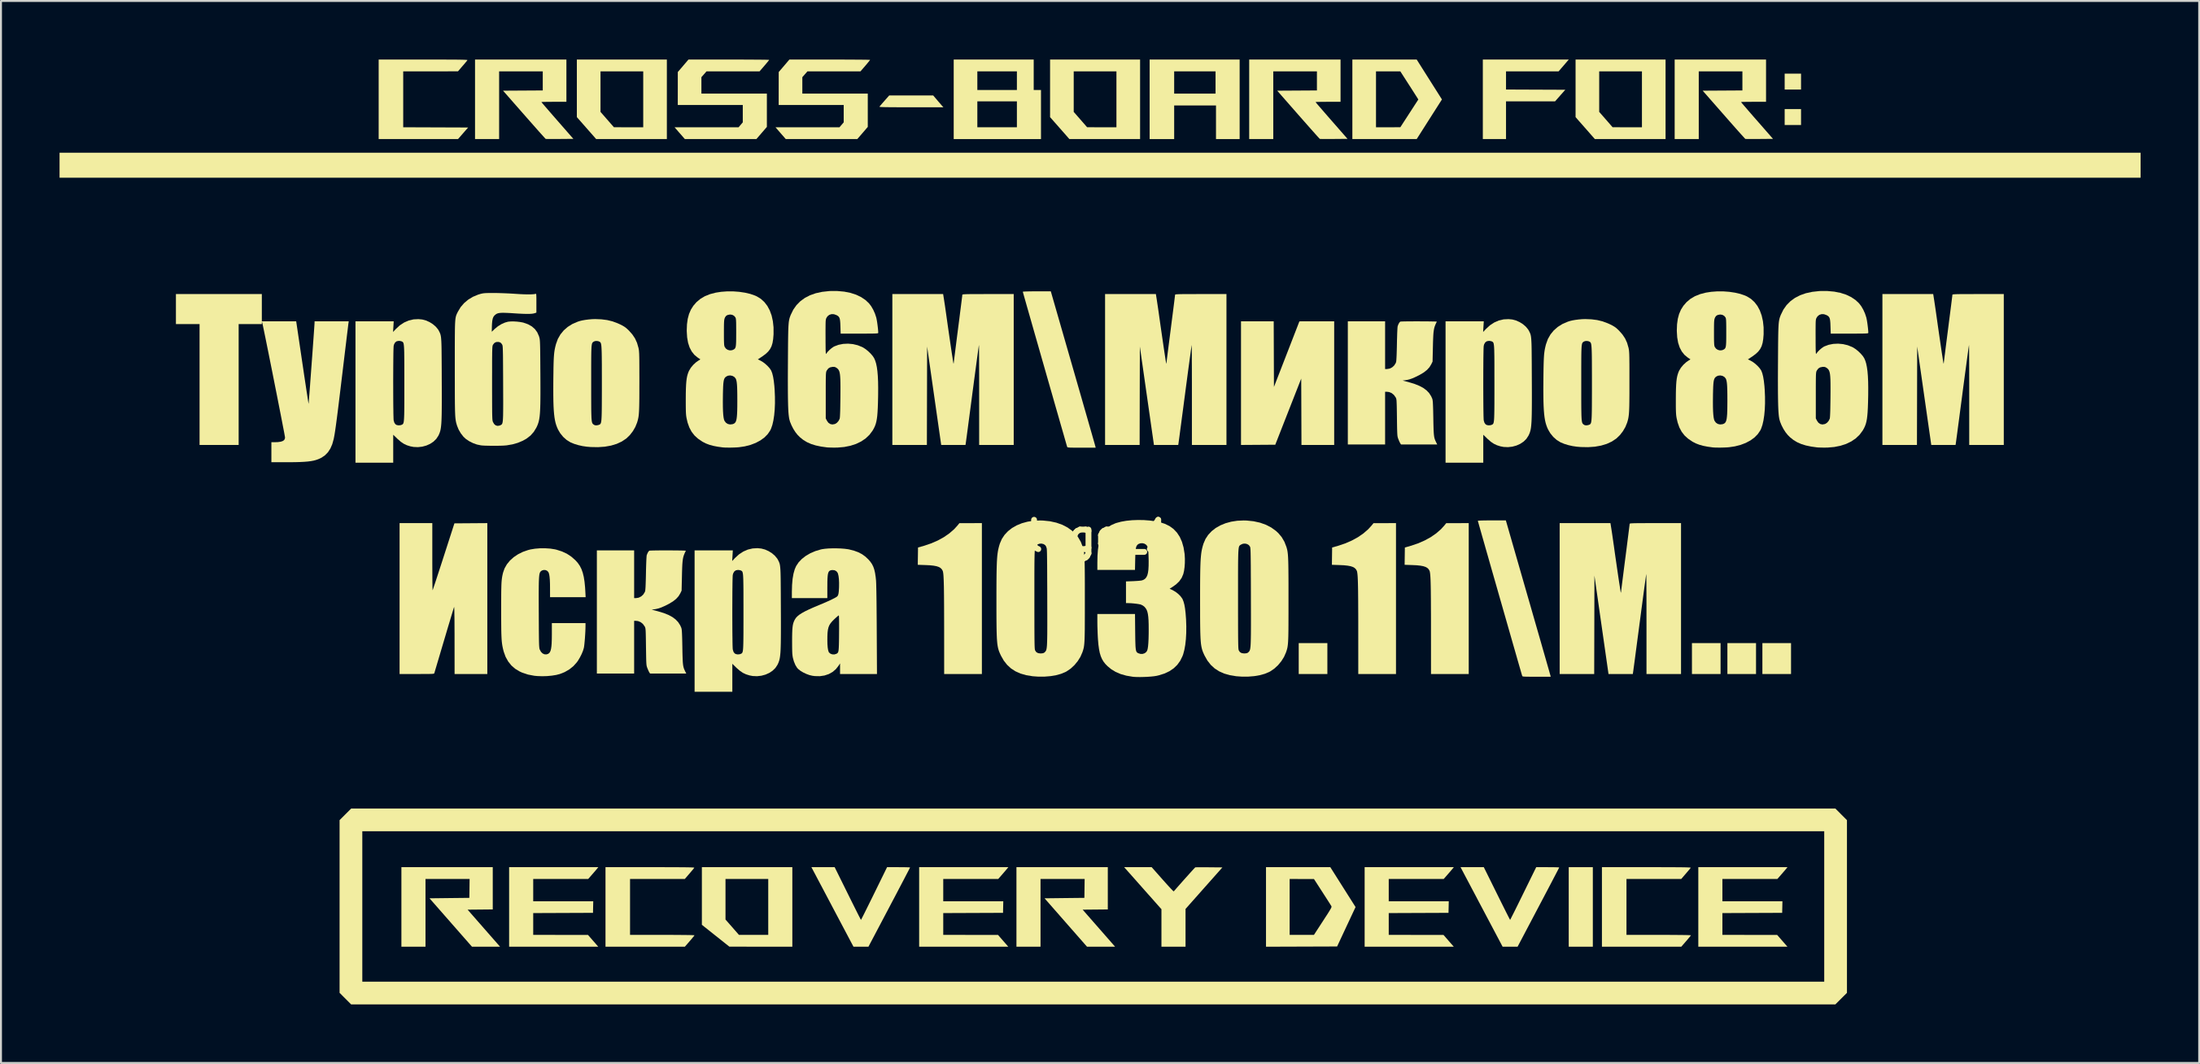
<source format=kicad_pcb>
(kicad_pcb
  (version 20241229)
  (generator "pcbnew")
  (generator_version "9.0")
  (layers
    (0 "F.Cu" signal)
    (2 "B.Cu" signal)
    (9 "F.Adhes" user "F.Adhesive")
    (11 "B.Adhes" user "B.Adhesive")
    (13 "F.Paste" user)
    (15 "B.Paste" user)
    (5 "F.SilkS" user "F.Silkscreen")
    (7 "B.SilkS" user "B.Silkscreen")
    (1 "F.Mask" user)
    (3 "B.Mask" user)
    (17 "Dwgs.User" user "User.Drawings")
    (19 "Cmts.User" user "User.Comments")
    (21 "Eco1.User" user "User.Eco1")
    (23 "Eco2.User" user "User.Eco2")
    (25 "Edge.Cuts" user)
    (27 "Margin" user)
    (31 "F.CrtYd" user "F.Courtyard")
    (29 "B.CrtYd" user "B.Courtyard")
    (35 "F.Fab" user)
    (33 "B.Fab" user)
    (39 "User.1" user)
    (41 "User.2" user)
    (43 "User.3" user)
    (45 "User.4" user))
  (footprint "logo_1"
    (layer "F.Cu")
    (at 53.268 24.399)
    (property "Reference" "logo_1" (at 0 0 0) (layer "F.SilkS") (effects (font (size 1.5 1.5) (thickness 0.3))))
    (attr board_only exclude_from_pos_files exclude_from_bom)
    (fp_poly (pts (xy 11.664 6.286) (xy 11.664 7.078) (xy 10.931 7.078) (xy 10.197 7.078) (xy 10.197 6.286) (xy 10.197 5.494) (xy 10.931 5.494) (xy 11.664 5.494)) (stroke (width 0) (type solid)) (fill yes) (layer "F.SilkS"))
    (fp_poly (pts (xy 25.26 19.009) (xy 25.26 21.046) (xy 24.643 21.046) (xy 24.026 21.046) (xy 24.026 19.009) (xy 24.026 16.972) (xy 24.643 16.972) (xy 25.26 16.972)) (stroke (width 0) (type solid)) (fill yes) (layer "F.SilkS"))
    (fp_poly (pts (xy 31.802 6.286) (xy 31.802 7.078) (xy 31.069 7.078) (xy 30.336 7.078) (xy 30.336 6.286) (xy 30.336 5.494) (xy 31.069 5.494) (xy 31.802 5.494)) (stroke (width 0) (type solid)) (fill yes) (layer "F.SilkS"))
    (fp_poly (pts (xy 33.618 6.286) (xy 33.618 7.078) (xy 32.885 7.078) (xy 32.152 7.078) (xy 32.152 6.286) (xy 32.152 5.494) (xy 32.885 5.494) (xy 33.618 5.494)) (stroke (width 0) (type solid)) (fill yes) (layer "F.SilkS"))
    (fp_poly (pts (xy 35.411 6.286) (xy 35.411 7.078) (xy 34.678 7.078) (xy 33.944 7.078) (xy 33.944 6.286) (xy 33.944 5.494) (xy 34.678 5.494) (xy 35.411 5.494)) (stroke (width 0) (type solid)) (fill yes) (layer "F.SilkS"))
    (fp_poly (pts (xy 35.923 -23.27) (xy 35.923 -22.862) (xy 35.504 -22.862) (xy 35.085 -22.862) (xy 35.085 -23.27) (xy 35.085 -23.677) (xy 35.504 -23.677) (xy 35.923 -23.677)) (stroke (width 0) (type solid)) (fill yes) (layer "F.SilkS"))
    (fp_poly (pts (xy 35.923 -21.454) (xy 35.923 -21.046) (xy 35.504 -21.046) (xy 35.085 -21.046) (xy 35.085 -21.454) (xy 35.085 -21.861) (xy 35.504 -21.861) (xy 35.923 -21.861)) (stroke (width 0) (type solid)) (fill yes) (layer "F.SilkS"))
    (fp_poly (pts (xy 53.314 -18.986) (xy 53.314 -18.346) (xy 0.023 -18.346) (xy -53.268 -18.346) (xy -53.268 -18.986) (xy -53.268 -19.626) (xy 0.023 -19.626) (xy 53.314 -19.626)) (stroke (width 0) (type solid)) (fill yes) (layer "F.SilkS"))
    (fp_poly (pts (xy 8.922 -9.309) (xy 8.928 -7.628) (xy 9.58 -9.308) (xy 10.232 -10.988) (xy 11.123 -10.989) (xy 12.013 -10.989) (xy 12.013 -7.823) (xy 12.013 -4.656) (xy 11.175 -4.656) (xy 10.337 -4.656) (xy 10.331 -6.356) (xy 10.325 -8.056) (xy 9.66 -6.362) (xy 8.996 -4.668) (xy 8.118 -4.662) (xy 7.241 -4.656) (xy 7.241 -7.822) (xy 7.241 -10.989) (xy 8.078 -10.989) (xy 8.916 -10.989)) (stroke (width 0) (type solid)) (fill yes) (layer "F.SilkS"))
    (fp_poly (pts (xy 23.768 -24.096) (xy 23.507 -23.794) (xy 22.161 -23.794) (xy 20.814 -23.794) (xy 20.814 -23.328) (xy 20.814 -22.863) (xy 22.331 -22.857) (xy 23.849 -22.851) (xy 23.587 -22.554) (xy 23.326 -22.257) (xy 22.07 -22.257) (xy 20.814 -22.257) (xy 20.814 -21.291) (xy 20.814 -20.325) (xy 20.22 -20.325) (xy 19.626 -20.325) (xy 19.626 -22.362) (xy 19.626 -24.399) (xy 21.827 -24.399) (xy 24.028 -24.399)) (stroke (width 0) (type solid)) (fill yes) (layer "F.SilkS"))
    (fp_poly (pts (xy -22.164 -22.362) (xy -22.164 -20.325) (xy -23.975 -20.325) (xy -25.785 -20.325) (xy -26.279 -20.887) (xy -26.774 -21.449) (xy -26.774 -22.924) (xy -26.774 -23.794) (xy -25.563 -23.794) (xy -25.563 -22.756) (xy -25.563 -21.718) (xy -25.22 -21.325) (xy -24.876 -20.931) (xy -24.125 -20.93) (xy -23.375 -20.93) (xy -23.375 -22.362) (xy -23.375 -23.794) (xy -24.469 -23.794) (xy -25.563 -23.794) (xy -26.774 -23.794) (xy -26.774 -24.399) (xy -24.469 -24.399) (xy -22.164 -24.399)) (stroke (width 0) (type solid)) (fill yes) (layer "F.SilkS"))
    (fp_poly (pts (xy -15.738 19.009) (xy -15.738 21.046) (xy -17.35 21.045) (xy -18.963 21.044) (xy -19.667 20.484) (xy -20.371 19.924) (xy -20.371 18.448) (xy -20.371 17.577) (xy -19.161 17.577) (xy -19.161 18.616) (xy -19.161 19.654) (xy -18.817 20.046) (xy -18.474 20.439) (xy -17.723 20.44) (xy -16.972 20.441) (xy -16.972 19.009) (xy -16.972 17.577) (xy -18.066 17.577) (xy -19.161 17.577) (xy -20.371 17.577) (xy -20.371 16.972) (xy -18.055 16.972) (xy -15.738 16.972)) (stroke (width 0) (type solid)) (fill yes) (layer "F.SilkS"))
    (fp_poly (pts (xy 2.072 -22.362) (xy 2.072 -20.325) (xy 0.261 -20.325) (xy -1.549 -20.325) (xy -2.043 -20.887) (xy -2.538 -21.449) (xy -2.538 -22.924) (xy -2.538 -23.794) (xy -1.327 -23.794) (xy -1.327 -22.756) (xy -1.327 -21.718) (xy -0.984 -21.325) (xy -0.64 -20.931) (xy 0.111 -20.93) (xy 0.861 -20.93) (xy 0.861 -22.362) (xy 0.861 -23.794) (xy -0.233 -23.794) (xy -1.327 -23.794) (xy -2.538 -23.794) (xy -2.538 -24.399) (xy -0.233 -24.399) (xy 2.072 -24.399)) (stroke (width 0) (type solid)) (fill yes) (layer "F.SilkS"))
    (fp_poly (pts (xy 28.985 -22.362) (xy 28.985 -20.325) (xy 27.175 -20.325) (xy 25.364 -20.325) (xy 24.87 -20.887) (xy 24.376 -21.449) (xy 24.376 -22.924) (xy 24.376 -23.794) (xy 25.586 -23.794) (xy 25.586 -22.756) (xy 25.586 -21.718) (xy 25.93 -21.325) (xy 26.273 -20.931) (xy 27.024 -20.93) (xy 27.775 -20.93) (xy 27.775 -22.362) (xy 27.775 -23.794) (xy 26.68 -23.794) (xy 25.586 -23.794) (xy 24.376 -23.794) (xy 24.376 -24.399) (xy 26.68 -24.399) (xy 28.985 -24.399)) (stroke (width 0) (type solid)) (fill yes) (layer "F.SilkS"))
    (fp_poly (pts (xy -31.081 18.054) (xy -31.081 19.137) (xy -31.725 19.143) (xy -32.369 19.149) (xy -31.538 20.098) (xy -30.707 21.046) (xy -31.427 21.046) (xy -32.146 21.046) (xy -33.233 19.807) (xy -34.32 18.567) (xy -33.3 18.555) (xy -32.28 18.544) (xy -32.273 18.061) (xy -32.267 17.577) (xy -33.397 17.577) (xy -34.526 17.577) (xy -34.526 19.312) (xy -34.526 21.046) (xy -35.143 21.046) (xy -35.76 21.046) (xy -35.76 19.009) (xy -35.76 16.972) (xy -33.42 16.972) (xy -31.081 16.972)) (stroke (width 0) (type solid)) (fill yes) (layer "F.SilkS"))
    (fp_poly (pts (xy 0.419 18.054) (xy 0.419 19.137) (xy -0.225 19.143) (xy -0.869 19.149) (xy -0.038 20.098) (xy 0.792 21.046) (xy 0.073 21.046) (xy -0.646 21.046) (xy -1.733 19.807) (xy -2.82 18.567) (xy -1.8 18.555) (xy -0.78 18.544) (xy -0.774 18.061) (xy -0.767 17.577) (xy -1.897 17.577) (xy -3.027 17.577) (xy -3.027 19.312) (xy -3.027 21.046) (xy -3.644 21.046) (xy -4.26 21.046) (xy -4.26 19.009) (xy -4.26 16.972) (xy -1.921 16.972) (xy 0.419 16.972)) (stroke (width 0) (type solid)) (fill yes) (layer "F.SilkS"))
    (fp_poly (pts (xy 7.171 -22.362) (xy 7.171 -20.325) (xy 6.565 -20.325) (xy 5.96 -20.325) (xy 5.96 -21.186) (xy 5.96 -22.047) (xy 4.889 -22.047) (xy 3.818 -22.047) (xy 3.818 -21.186) (xy 3.818 -20.325) (xy 3.19 -20.325) (xy 2.561 -20.325) (xy 2.561 -22.362) (xy 2.561 -23.794) (xy 3.818 -23.794) (xy 3.818 -23.223) (xy 3.818 -22.653) (xy 4.877 -22.653) (xy 5.937 -22.653) (xy 5.937 -23.223) (xy 5.937 -23.794) (xy 4.877 -23.794) (xy 3.818 -23.794) (xy 2.561 -23.794) (xy 2.561 -24.399) (xy 4.866 -24.399) (xy 7.171 -24.399)) (stroke (width 0) (type solid)) (fill yes) (layer "F.SilkS"))
    (fp_poly (pts (xy 37.978 14.266) (xy 38.275 14.563) (xy 38.275 18.987) (xy 38.275 23.41) (xy 37.977 23.707) (xy 37.68 24.003) (xy -0.327 24.003) (xy -38.333 24.003) (xy -38.63 23.706) (xy -38.926 23.409) (xy -38.926 18.985) (xy -38.926 15.133) (xy -37.762 15.133) (xy -37.762 18.986) (xy -37.762 22.839) (xy -0.326 22.839) (xy 37.111 22.839) (xy 37.111 18.986) (xy 37.111 15.133) (xy -0.326 15.133) (xy -37.762 15.133) (xy -38.926 15.133) (xy -38.926 14.562) (xy -38.629 14.265) (xy -38.332 13.969) (xy -0.325 13.969) (xy 37.682 13.969)) (stroke (width 0) (type solid)) (fill yes) (layer "F.SilkS"))
    (fp_poly (pts (xy -8.32 -22.321) (xy -8.24 -22.226) (xy -8.164 -22.139) (xy -8.103 -22.068) (xy -8.062 -22.022) (xy -8.059 -22.018) (xy -8 -21.954) (xy -9.647 -21.954) (xy -9.975 -21.955) (xy -10.258 -21.955) (xy -10.5 -21.956) (xy -10.704 -21.957) (xy -10.872 -21.959) (xy -11.007 -21.961) (xy -11.111 -21.964) (xy -11.188 -21.967) (xy -11.239 -21.972) (xy -11.268 -21.976) (xy -11.277 -21.982) (xy -11.277 -21.983) (xy -11.256 -22.01) (xy -11.21 -22.065) (xy -11.145 -22.141) (xy -11.065 -22.232) (xy -11.018 -22.286) (xy -10.776 -22.56) (xy -9.65 -22.56) (xy -8.524 -22.56)) (stroke (width 0) (type solid)) (fill yes) (layer "F.SilkS"))
    (fp_poly (pts (xy -25.726 17.035) (xy -25.759 17.076) (xy -25.816 17.144) (xy -25.889 17.228) (xy -25.97 17.322) (xy -25.984 17.338) (xy -26.193 17.577) (xy -27.601 17.577) (xy -29.009 17.577) (xy -29.009 18.148) (xy -29.009 18.718) (xy -27.471 18.718) (xy -25.934 18.718) (xy -25.941 19.015) (xy -25.947 19.312) (xy -27.478 19.318) (xy -29.009 19.324) (xy -29.009 19.882) (xy -29.009 20.441) (xy -27.606 20.442) (xy -26.203 20.443) (xy -25.94 20.745) (xy -25.678 21.046) (xy -27.96 21.046) (xy -30.243 21.046) (xy -30.243 19.009) (xy -30.243 16.972) (xy -27.959 16.972) (xy -25.676 16.972)) (stroke (width 0) (type solid)) (fill yes) (layer "F.SilkS"))
    (fp_poly (pts (xy -4.726 17.035) (xy -4.76 17.076) (xy -4.817 17.144) (xy -4.889 17.228) (xy -4.97 17.322) (xy -4.984 17.338) (xy -5.193 17.577) (xy -6.601 17.577) (xy -8.009 17.577) (xy -8.009 18.148) (xy -8.009 18.718) (xy -6.472 18.718) (xy -4.934 18.718) (xy -4.941 19.015) (xy -4.947 19.312) (xy -6.478 19.318) (xy -8.009 19.324) (xy -8.009 19.882) (xy -8.009 20.441) (xy -6.606 20.442) (xy -5.203 20.443) (xy -4.941 20.745) (xy -4.678 21.046) (xy -6.96 21.046) (xy -9.243 21.046) (xy -9.243 19.009) (xy -9.243 16.972) (xy -6.959 16.972) (xy -4.676 16.972)) (stroke (width 0) (type solid)) (fill yes) (layer "F.SilkS"))
    (fp_poly (pts (xy 18.09 17.035) (xy 18.056 17.076) (xy 17.999 17.144) (xy 17.927 17.228) (xy 17.846 17.322) (xy 17.831 17.338) (xy 17.623 17.577) (xy 16.215 17.577) (xy 14.807 17.577) (xy 14.807 18.148) (xy 14.807 18.718) (xy 16.344 18.718) (xy 17.882 18.718) (xy 17.875 19.015) (xy 17.868 19.312) (xy 16.338 19.318) (xy 14.807 19.324) (xy 14.807 19.882) (xy 14.807 20.441) (xy 16.21 20.442) (xy 17.612 20.443) (xy 17.875 20.745) (xy 18.138 21.046) (xy 15.855 21.046) (xy 13.573 21.046) (xy 13.573 19.009) (xy 13.573 16.972) (xy 15.856 16.972) (xy 18.14 16.972)) (stroke (width 0) (type solid)) (fill yes) (layer "F.SilkS"))
    (fp_poly (pts (xy 35.178 17.035) (xy 35.145 17.076) (xy 35.088 17.144) (xy 35.015 17.228) (xy 34.934 17.322) (xy 34.92 17.338) (xy 34.711 17.577) (xy 33.303 17.577) (xy 31.896 17.577) (xy 31.896 18.148) (xy 31.896 18.718) (xy 33.433 18.718) (xy 34.97 18.718) (xy 34.964 19.015) (xy 34.957 19.312) (xy 33.426 19.318) (xy 31.896 19.324) (xy 31.896 19.882) (xy 31.896 20.441) (xy 33.298 20.442) (xy 34.701 20.443) (xy 34.964 20.745) (xy 35.226 21.046) (xy 32.944 21.046) (xy 30.662 21.046) (xy 30.662 19.009) (xy 30.662 16.972) (xy 32.945 16.972) (xy 35.228 16.972)) (stroke (width 0) (type solid)) (fill yes) (layer "F.SilkS"))
    (fp_poly (pts (xy 14.592 -24.399) (xy 16.239 -24.399) (xy 16.885 -23.377) (xy 17.532 -22.355) (xy 16.885 -21.34) (xy 16.239 -20.325) (xy 14.592 -20.325) (xy 12.944 -20.325) (xy 12.944 -22.362) (xy 12.944 -23.794) (xy 14.155 -23.794) (xy 14.155 -22.362) (xy 14.155 -20.93) (xy 14.778 -20.93) (xy 15.401 -20.931) (xy 15.861 -21.641) (xy 16.322 -22.352) (xy 16.269 -22.44) (xy 16.243 -22.481) (xy 16.196 -22.555) (xy 16.13 -22.658) (xy 16.05 -22.783) (xy 15.959 -22.926) (xy 15.86 -23.08) (xy 15.808 -23.16) (xy 15.401 -23.793) (xy 14.778 -23.793) (xy 14.155 -23.794) (xy 12.944 -23.794) (xy 12.944 -24.399)) (stroke (width 0) (type solid)) (fill yes) (layer "F.SilkS"))
    (fp_poly (pts (xy -34.258 -24.399) (xy -33.918 -24.399) (xy -33.62 -24.398) (xy -33.361 -24.397) (xy -33.138 -24.396) (xy -32.95 -24.395) (xy -32.793 -24.393) (xy -32.666 -24.391) (xy -32.565 -24.388) (xy -32.489 -24.385) (xy -32.435 -24.382) (xy -32.4 -24.378) (xy -32.381 -24.373) (xy -32.377 -24.368) (xy -32.377 -24.368) (xy -32.399 -24.34) (xy -32.444 -24.283) (xy -32.509 -24.206) (xy -32.587 -24.114) (xy -32.629 -24.066) (xy -32.862 -23.795) (xy -34.264 -23.794) (xy -35.667 -23.794) (xy -35.667 -22.362) (xy -35.667 -20.93) (xy -34.005 -20.924) (xy -32.343 -20.918) (xy -32.602 -20.621) (xy -32.86 -20.325) (xy -34.892 -20.325) (xy -36.924 -20.325) (xy -36.924 -22.362) (xy -36.924 -24.399) (xy -34.642 -24.399)) (stroke (width 0) (type solid)) (fill yes) (layer "F.SilkS"))
    (fp_poly (pts (xy -3.376 -23.619) (xy -3.376 -22.839) (xy -3.19 -22.839) (xy -3.003 -22.839) (xy -3.003 -21.582) (xy -3.003 -20.325) (xy -5.238 -20.325) (xy -7.473 -20.325) (xy -7.473 -22.257) (xy -6.263 -22.257) (xy -6.263 -21.593) (xy -6.263 -20.93) (xy -5.25 -20.93) (xy -4.237 -20.93) (xy -4.237 -21.593) (xy -4.237 -22.257) (xy -5.25 -22.257) (xy -6.263 -22.257) (xy -7.473 -22.257) (xy -7.473 -22.362) (xy -7.473 -23.794) (xy -6.263 -23.794) (xy -6.263 -23.316) (xy -6.263 -22.839) (xy -5.25 -22.839) (xy -4.237 -22.839) (xy -4.237 -23.316) (xy -4.237 -23.794) (xy -5.25 -23.794) (xy -6.263 -23.794) (xy -7.473 -23.794) (xy -7.473 -24.399) (xy -5.425 -24.399) (xy -3.376 -24.399)) (stroke (width 0) (type solid)) (fill yes) (layer "F.SilkS"))
    (fp_poly (pts (xy 12.461 17.994) (xy 13.108 19.015) (xy 12.635 20.025) (xy 12.163 21.035) (xy 10.342 21.041) (xy 8.521 21.047) (xy 8.521 19.009) (xy 8.521 17.577) (xy 9.732 17.577) (xy 9.732 19.009) (xy 9.732 20.441) (xy 10.354 20.441) (xy 10.977 20.44) (xy 11.438 19.731) (xy 11.558 19.545) (xy 11.656 19.395) (xy 11.732 19.275) (xy 11.789 19.181) (xy 11.83 19.111) (xy 11.857 19.06) (xy 11.872 19.023) (xy 11.876 18.998) (xy 11.874 18.979) (xy 11.869 18.967) (xy 11.849 18.935) (xy 11.808 18.869) (xy 11.747 18.773) (xy 11.671 18.654) (xy 11.582 18.515) (xy 11.483 18.362) (xy 11.408 18.245) (xy 10.977 17.578) (xy 10.354 17.578) (xy 9.732 17.577) (xy 8.521 17.577) (xy 8.521 16.972) (xy 10.168 16.972) (xy 11.815 16.972)) (stroke (width 0) (type solid)) (fill yes) (layer "F.SilkS"))
    (fp_poly (pts (xy -6.03 3.213) (xy -6.03 7.078) (xy -6.996 7.078) (xy -7.962 7.078) (xy -7.963 4.848) (xy -7.964 4.406) (xy -7.965 4.009) (xy -7.966 3.653) (xy -7.968 3.336) (xy -7.97 3.057) (xy -7.973 2.813) (xy -7.976 2.601) (xy -7.981 2.419) (xy -7.986 2.265) (xy -7.992 2.137) (xy -7.998 2.032) (xy -8.006 1.947) (xy -8.015 1.881) (xy -8.025 1.831) (xy -8.036 1.795) (xy -8.038 1.79) (xy -8.084 1.71) (xy -8.149 1.645) (xy -8.238 1.594) (xy -8.356 1.555) (xy -8.507 1.527) (xy -8.695 1.507) (xy -8.911 1.497) (xy -9.314 1.483) (xy -9.307 1.04) (xy -9.301 0.597) (xy -8.998 0.51) (xy -8.634 0.388) (xy -8.293 0.24) (xy -7.981 0.069) (xy -7.701 -0.124) (xy -7.457 -0.335) (xy -7.287 -0.521) (xy -7.182 -0.65) (xy -6.606 -0.651) (xy -6.03 -0.652)) (stroke (width 0) (type solid)) (fill yes) (layer "F.SilkS"))
    (fp_poly (pts (xy 15.179 3.213) (xy 15.179 7.078) (xy 14.213 7.078) (xy 13.247 7.078) (xy 13.246 4.848) (xy 13.246 4.406) (xy 13.245 4.009) (xy 13.243 3.653) (xy 13.242 3.336) (xy 13.239 3.057) (xy 13.237 2.813) (xy 13.233 2.601) (xy 13.229 2.419) (xy 13.224 2.265) (xy 13.218 2.137) (xy 13.211 2.032) (xy 13.203 1.947) (xy 13.194 1.881) (xy 13.185 1.831) (xy 13.174 1.795) (xy 13.171 1.79) (xy 13.126 1.71) (xy 13.06 1.645) (xy 12.971 1.594) (xy 12.853 1.555) (xy 12.702 1.527) (xy 12.514 1.507) (xy 12.298 1.497) (xy 11.896 1.483) (xy 11.902 1.04) (xy 11.908 0.597) (xy 12.211 0.51) (xy 12.576 0.388) (xy 12.916 0.24) (xy 13.229 0.069) (xy 13.509 -0.124) (xy 13.752 -0.335) (xy 13.922 -0.521) (xy 14.027 -0.65) (xy 14.603 -0.651) (xy 15.179 -0.652)) (stroke (width 0) (type solid)) (fill yes) (layer "F.SilkS"))
    (fp_poly (pts (xy 18.904 3.213) (xy 18.904 7.078) (xy 17.938 7.078) (xy 16.972 7.078) (xy 16.971 4.848) (xy 16.971 4.406) (xy 16.97 4.009) (xy 16.968 3.653) (xy 16.967 3.336) (xy 16.964 3.057) (xy 16.962 2.813) (xy 16.958 2.601) (xy 16.954 2.419) (xy 16.949 2.265) (xy 16.943 2.137) (xy 16.936 2.032) (xy 16.928 1.947) (xy 16.919 1.881) (xy 16.91 1.831) (xy 16.899 1.795) (xy 16.896 1.79) (xy 16.851 1.71) (xy 16.785 1.645) (xy 16.696 1.594) (xy 16.578 1.555) (xy 16.427 1.527) (xy 16.239 1.507) (xy 16.023 1.497) (xy 15.621 1.483) (xy 15.627 1.04) (xy 15.633 0.597) (xy 15.936 0.51) (xy 16.301 0.388) (xy 16.641 0.24) (xy 16.954 0.069) (xy 17.234 -0.124) (xy 17.477 -0.335) (xy 17.647 -0.521) (xy 17.752 -0.65) (xy 18.328 -0.651) (xy 18.904 -0.652)) (stroke (width 0) (type solid)) (fill yes) (layer "F.SilkS"))
    (fp_poly (pts (xy -22.64 16.972) (xy -22.3 16.972) (xy -22.002 16.973) (xy -21.743 16.974) (xy -21.521 16.975) (xy -21.332 16.976) (xy -21.176 16.978) (xy -21.049 16.98) (xy -20.948 16.983) (xy -20.872 16.986) (xy -20.817 16.989) (xy -20.782 16.993) (xy -20.764 16.998) (xy -20.76 17.003) (xy -20.76 17.004) (xy -20.781 17.031) (xy -20.827 17.088) (xy -20.892 17.165) (xy -20.97 17.257) (xy -21.011 17.305) (xy -21.244 17.576) (xy -22.647 17.577) (xy -24.05 17.577) (xy -24.05 19.009) (xy -24.05 20.441) (xy -22.395 20.441) (xy -22.066 20.441) (xy -21.769 20.442) (xy -21.507 20.444) (xy -21.28 20.446) (xy -21.091 20.448) (xy -20.941 20.451) (xy -20.833 20.455) (xy -20.768 20.459) (xy -20.748 20.463) (xy -20.765 20.487) (xy -20.807 20.54) (xy -20.87 20.615) (xy -20.947 20.706) (xy -20.998 20.766) (xy -21.242 21.046) (xy -23.274 21.046) (xy -25.307 21.046) (xy -25.307 19.009) (xy -25.307 16.972) (xy -23.024 16.972)) (stroke (width 0) (type solid)) (fill yes) (layer "F.SilkS"))
    (fp_poly (pts (xy -18.686 -24.398) (xy -18.394 -24.398) (xy -18.119 -24.397) (xy -17.864 -24.396) (xy -17.633 -24.394) (xy -17.428 -24.393) (xy -17.254 -24.391) (xy -17.114 -24.389) (xy -17.01 -24.386) (xy -16.946 -24.384) (xy -16.926 -24.381) (xy -16.94 -24.358) (xy -16.98 -24.307) (xy -17.04 -24.233) (xy -17.116 -24.143) (xy -17.171 -24.079) (xy -17.416 -23.794) (xy -18.774 -23.794) (xy -20.133 -23.794) (xy -20.264 -23.644) (xy -20.395 -23.495) (xy -20.395 -23.074) (xy -20.395 -22.653) (xy -18.718 -22.653) (xy -17.042 -22.653) (xy -17.042 -21.8) (xy -17.042 -20.948) (xy -17.311 -20.636) (xy -17.579 -20.325) (xy -19.412 -20.326) (xy -21.244 -20.327) (xy -21.507 -20.628) (xy -21.77 -20.93) (xy -20.13 -20.93) (xy -18.491 -20.93) (xy -18.383 -21.056) (xy -18.276 -21.182) (xy -18.276 -21.626) (xy -18.276 -22.071) (xy -19.941 -22.071) (xy -21.605 -22.071) (xy -21.604 -22.915) (xy -21.604 -23.759) (xy -21.331 -24.078) (xy -21.058 -24.398) (xy -18.992 -24.398)) (stroke (width 0) (type solid)) (fill yes) (layer "F.SilkS"))
    (fp_poly (pts (xy -13.518 -24.398) (xy -13.226 -24.398) (xy -12.95 -24.397) (xy -12.696 -24.396) (xy -12.464 -24.394) (xy -12.26 -24.393) (xy -12.086 -24.391) (xy -11.945 -24.389) (xy -11.841 -24.386) (xy -11.777 -24.384) (xy -11.757 -24.381) (xy -11.772 -24.358) (xy -11.812 -24.307) (xy -11.872 -24.233) (xy -11.947 -24.143) (xy -12.002 -24.079) (xy -12.248 -23.794) (xy -13.606 -23.794) (xy -14.964 -23.794) (xy -15.095 -23.644) (xy -15.226 -23.495) (xy -15.226 -23.074) (xy -15.226 -22.653) (xy -13.55 -22.653) (xy -11.874 -22.653) (xy -11.874 -21.8) (xy -11.874 -20.948) (xy -12.142 -20.636) (xy -12.411 -20.325) (xy -14.243 -20.326) (xy -16.076 -20.327) (xy -16.339 -20.628) (xy -16.601 -20.93) (xy -14.962 -20.93) (xy -13.323 -20.93) (xy -13.215 -21.056) (xy -13.107 -21.182) (xy -13.107 -21.626) (xy -13.107 -22.071) (xy -14.772 -22.071) (xy -16.437 -22.071) (xy -16.436 -22.915) (xy -16.435 -23.759) (xy -16.162 -24.078) (xy -15.89 -24.398) (xy -13.823 -24.398)) (stroke (width 0) (type solid)) (fill yes) (layer "F.SilkS"))
    (fp_poly (pts (xy 28.393 16.972) (xy 28.732 16.972) (xy 29.031 16.973) (xy 29.29 16.974) (xy 29.512 16.975) (xy 29.7 16.976) (xy 29.857 16.978) (xy 29.984 16.98) (xy 30.085 16.983) (xy 30.161 16.986) (xy 30.216 16.989) (xy 30.251 16.993) (xy 30.269 16.998) (xy 30.273 17.003) (xy 30.273 17.004) (xy 30.252 17.031) (xy 30.206 17.088) (xy 30.141 17.165) (xy 30.063 17.257) (xy 30.021 17.305) (xy 29.789 17.576) (xy 28.386 17.577) (xy 26.983 17.577) (xy 26.983 19.009) (xy 26.983 20.441) (xy 28.638 20.441) (xy 28.967 20.441) (xy 29.264 20.442) (xy 29.526 20.444) (xy 29.753 20.446) (xy 29.942 20.448) (xy 30.091 20.451) (xy 30.2 20.455) (xy 30.265 20.459) (xy 30.285 20.463) (xy 30.268 20.487) (xy 30.225 20.54) (xy 30.163 20.615) (xy 30.086 20.706) (xy 30.034 20.766) (xy 29.791 21.046) (xy 27.759 21.046) (xy 25.726 21.046) (xy 25.726 19.009) (xy 25.726 16.972) (xy 28.009 16.972)) (stroke (width 0) (type solid)) (fill yes) (layer "F.SilkS"))
    (fp_poly (pts (xy 3.223 17.602) (xy 3.351 17.745) (xy 3.469 17.877) (xy 3.574 17.991) (xy 3.663 18.086) (xy 3.732 18.157) (xy 3.777 18.201) (xy 3.795 18.213) (xy 3.906 18.086) (xy 4.026 17.949) (xy 4.152 17.807) (xy 4.279 17.663) (xy 4.404 17.523) (xy 4.524 17.39) (xy 4.633 17.268) (xy 4.728 17.163) (xy 4.806 17.077) (xy 4.863 17.017) (xy 4.894 16.985) (xy 4.899 16.981) (xy 4.928 16.979) (xy 4.997 16.977) (xy 5.101 16.976) (xy 5.234 16.976) (xy 5.389 16.976) (xy 5.56 16.977) (xy 5.606 16.978) (xy 6.288 16.984) (xy 5.344 18.048) (xy 4.4 19.112) (xy 4.4 20.079) (xy 4.4 21.046) (xy 3.783 21.046) (xy 3.166 21.046) (xy 3.166 20.086) (xy 3.166 19.126) (xy 2.834 18.751) (xy 2.741 18.646) (xy 2.623 18.512) (xy 2.485 18.358) (xy 2.335 18.189) (xy 2.179 18.012) (xy 2.021 17.834) (xy 1.88 17.674) (xy 1.256 16.972) (xy 1.961 16.972) (xy 2.666 16.972)) (stroke (width 0) (type solid)) (fill yes) (layer "F.SilkS"))
    (fp_poly (pts (xy -27.309 -23.316) (xy -27.309 -22.234) (xy -27.949 -22.234) (xy -28.117 -22.233) (xy -28.267 -22.232) (xy -28.396 -22.23) (xy -28.497 -22.228) (xy -28.563 -22.224) (xy -28.589 -22.221) (xy -28.59 -22.221) (xy -28.575 -22.201) (xy -28.532 -22.15) (xy -28.464 -22.07) (xy -28.374 -21.966) (xy -28.264 -21.839) (xy -28.138 -21.693) (xy -27.998 -21.532) (xy -27.847 -21.359) (xy -27.771 -21.272) (xy -26.953 -20.336) (xy -27.649 -20.33) (xy -27.825 -20.329) (xy -27.986 -20.328) (xy -28.127 -20.329) (xy -28.241 -20.329) (xy -28.323 -20.331) (xy -28.366 -20.333) (xy -28.37 -20.334) (xy -28.39 -20.353) (xy -28.437 -20.404) (xy -28.51 -20.484) (xy -28.606 -20.591) (xy -28.723 -20.721) (xy -28.857 -20.873) (xy -29.007 -21.043) (xy -29.17 -21.228) (xy -29.344 -21.425) (xy -29.475 -21.574) (xy -30.554 -22.804) (xy -29.537 -22.81) (xy -28.52 -22.816) (xy -28.52 -23.305) (xy -28.52 -23.794) (xy -29.637 -23.794) (xy -30.755 -23.794) (xy -30.755 -22.059) (xy -30.755 -20.325) (xy -31.372 -20.325) (xy -31.989 -20.325) (xy -31.989 -22.362) (xy -31.989 -24.399) (xy -29.649 -24.399) (xy -27.309 -24.399)) (stroke (width 0) (type solid)) (fill yes) (layer "F.SilkS"))
    (fp_poly (pts (xy 12.339 -23.316) (xy 12.339 -22.234) (xy 11.699 -22.234) (xy 11.532 -22.233) (xy 11.381 -22.232) (xy 11.252 -22.23) (xy 11.152 -22.228) (xy 11.085 -22.224) (xy 11.059 -22.221) (xy 11.059 -22.221) (xy 11.074 -22.201) (xy 11.116 -22.15) (xy 11.184 -22.07) (xy 11.274 -21.966) (xy 11.384 -21.839) (xy 11.51 -21.693) (xy 11.65 -21.532) (xy 11.801 -21.359) (xy 11.877 -21.272) (xy 12.696 -20.336) (xy 12 -20.33) (xy 11.823 -20.329) (xy 11.662 -20.328) (xy 11.521 -20.329) (xy 11.407 -20.329) (xy 11.325 -20.331) (xy 11.283 -20.333) (xy 11.278 -20.334) (xy 11.259 -20.353) (xy 11.211 -20.404) (xy 11.138 -20.484) (xy 11.042 -20.591) (xy 10.926 -20.721) (xy 10.791 -20.873) (xy 10.641 -21.043) (xy 10.478 -21.228) (xy 10.304 -21.425) (xy 10.173 -21.574) (xy 9.095 -22.804) (xy 10.112 -22.81) (xy 11.129 -22.816) (xy 11.129 -23.305) (xy 11.129 -23.794) (xy 10.011 -23.794) (xy 8.893 -23.794) (xy 8.893 -22.059) (xy 8.893 -20.325) (xy 8.277 -20.325) (xy 7.66 -20.325) (xy 7.66 -22.362) (xy 7.66 -24.399) (xy 9.999 -24.399) (xy 12.339 -24.399)) (stroke (width 0) (type solid)) (fill yes) (layer "F.SilkS"))
    (fp_poly (pts (xy 34.131 -23.316) (xy 34.131 -22.234) (xy 33.49 -22.234) (xy 33.323 -22.233) (xy 33.172 -22.232) (xy 33.043 -22.23) (xy 32.943 -22.228) (xy 32.877 -22.224) (xy 32.85 -22.221) (xy 32.85 -22.221) (xy 32.865 -22.201) (xy 32.908 -22.15) (xy 32.976 -22.07) (xy 33.066 -21.966) (xy 33.175 -21.839) (xy 33.301 -21.693) (xy 33.441 -21.532) (xy 33.592 -21.359) (xy 33.669 -21.272) (xy 34.487 -20.336) (xy 33.791 -20.33) (xy 33.615 -20.329) (xy 33.453 -20.328) (xy 33.313 -20.329) (xy 33.198 -20.329) (xy 33.117 -20.331) (xy 33.074 -20.333) (xy 33.069 -20.334) (xy 33.05 -20.353) (xy 33.003 -20.404) (xy 32.93 -20.484) (xy 32.834 -20.591) (xy 32.717 -20.721) (xy 32.582 -20.873) (xy 32.432 -21.043) (xy 32.269 -21.228) (xy 32.096 -21.425) (xy 31.965 -21.574) (xy 30.886 -22.804) (xy 31.903 -22.81) (xy 32.92 -22.816) (xy 32.92 -23.305) (xy 32.92 -23.794) (xy 31.802 -23.794) (xy 30.685 -23.794) (xy 30.685 -22.059) (xy 30.685 -20.325) (xy 30.068 -20.325) (xy 29.451 -20.325) (xy 29.451 -22.362) (xy 29.451 -24.399) (xy 31.791 -24.399) (xy 34.131 -24.399)) (stroke (width 0) (type solid)) (fill yes) (layer "F.SilkS"))
    (fp_poly (pts (xy -12.902 18.322) (xy -12.787 18.555) (xy -12.677 18.776) (xy -12.575 18.98) (xy -12.483 19.164) (xy -12.402 19.326) (xy -12.334 19.46) (xy -12.28 19.565) (xy -12.243 19.636) (xy -12.225 19.669) (xy -12.223 19.672) (xy -12.211 19.652) (xy -12.18 19.593) (xy -12.132 19.499) (xy -12.069 19.375) (xy -11.993 19.222) (xy -11.905 19.045) (xy -11.807 18.847) (xy -11.7 18.631) (xy -11.587 18.402) (xy -11.548 18.322) (xy -10.886 16.972) (xy -10.297 16.972) (xy -10.137 16.973) (xy -9.994 16.974) (xy -9.873 16.977) (xy -9.781 16.98) (xy -9.724 16.984) (xy -9.708 16.988) (xy -9.719 17.01) (xy -9.75 17.071) (xy -9.8 17.168) (xy -9.867 17.297) (xy -9.95 17.456) (xy -10.047 17.642) (xy -10.157 17.852) (xy -10.279 18.084) (xy -10.41 18.335) (xy -10.55 18.601) (xy -10.698 18.88) (xy -10.773 19.024) (xy -11.839 21.045) (xy -12.223 21.045) (xy -12.607 21.046) (xy -13.527 19.307) (xy -13.671 19.035) (xy -13.811 18.769) (xy -13.947 18.512) (xy -14.076 18.268) (xy -14.195 18.042) (xy -14.304 17.837) (xy -14.4 17.656) (xy -14.481 17.503) (xy -14.544 17.382) (xy -14.589 17.297) (xy -14.604 17.27) (xy -14.761 16.972) (xy -14.166 16.972) (xy -13.57 16.972)) (stroke (width 0) (type solid)) (fill yes) (layer "F.SilkS"))
    (fp_poly (pts (xy 20.344 18.322) (xy 20.459 18.555) (xy 20.569 18.776) (xy 20.671 18.98) (xy 20.763 19.164) (xy 20.844 19.326) (xy 20.912 19.46) (xy 20.966 19.565) (xy 21.003 19.636) (xy 21.021 19.669) (xy 21.023 19.672) (xy 21.035 19.652) (xy 21.066 19.593) (xy 21.113 19.499) (xy 21.176 19.375) (xy 21.253 19.222) (xy 21.341 19.045) (xy 21.439 18.847) (xy 21.545 18.631) (xy 21.658 18.402) (xy 21.697 18.322) (xy 22.36 16.972) (xy 22.949 16.972) (xy 23.109 16.973) (xy 23.252 16.974) (xy 23.373 16.977) (xy 23.465 16.98) (xy 23.522 16.984) (xy 23.537 16.988) (xy 23.527 17.01) (xy 23.496 17.071) (xy 23.446 17.168) (xy 23.379 17.297) (xy 23.296 17.456) (xy 23.199 17.642) (xy 23.089 17.852) (xy 22.967 18.084) (xy 22.835 18.335) (xy 22.695 18.601) (xy 22.548 18.88) (xy 22.472 19.024) (xy 21.407 21.045) (xy 21.023 21.045) (xy 20.639 21.046) (xy 19.719 19.307) (xy 19.575 19.035) (xy 19.434 18.769) (xy 19.299 18.512) (xy 19.17 18.268) (xy 19.05 18.042) (xy 18.942 17.837) (xy 18.846 17.656) (xy 18.765 17.503) (xy 18.701 17.382) (xy 18.656 17.297) (xy 18.642 17.27) (xy 18.485 16.972) (xy 19.08 16.972) (xy 19.676 16.972)) (stroke (width 0) (type solid)) (fill yes) (layer "F.SilkS"))
    (fp_poly (pts (xy -1.362 -8.573) (xy -1.242 -8.156) (xy -1.125 -7.749) (xy -1.012 -7.357) (xy -0.904 -6.981) (xy -0.802 -6.624) (xy -0.705 -6.287) (xy -0.615 -5.974) (xy -0.533 -5.686) (xy -0.458 -5.426) (xy -0.392 -5.196) (xy -0.336 -4.998) (xy -0.289 -4.835) (xy -0.253 -4.708) (xy -0.229 -4.621) (xy -0.216 -4.575) (xy -0.214 -4.569) (xy -0.204 -4.517) (xy -0.927 -4.517) (xy -1.13 -4.517) (xy -1.292 -4.517) (xy -1.416 -4.519) (xy -1.509 -4.521) (xy -1.574 -4.525) (xy -1.618 -4.531) (xy -1.644 -4.538) (xy -1.657 -4.547) (xy -1.662 -4.557) (xy -1.676 -4.605) (xy -1.702 -4.692) (xy -1.738 -4.818) (xy -1.784 -4.978) (xy -1.839 -5.171) (xy -1.903 -5.393) (xy -1.975 -5.642) (xy -2.053 -5.915) (xy -2.137 -6.209) (xy -2.227 -6.521) (xy -2.321 -6.849) (xy -2.418 -7.191) (xy -2.519 -7.542) (xy -2.622 -7.901) (xy -2.726 -8.264) (xy -2.83 -8.63) (xy -2.935 -8.995) (xy -3.038 -9.356) (xy -3.139 -9.711) (xy -3.238 -10.057) (xy -3.334 -10.391) (xy -3.425 -10.711) (xy -3.511 -11.013) (xy -3.592 -11.296) (xy -3.666 -11.555) (xy -3.733 -11.789) (xy -3.791 -11.995) (xy -3.841 -12.17) (xy -3.881 -12.311) (xy -3.91 -12.415) (xy -3.928 -12.48) (xy -3.935 -12.503) (xy -3.912 -12.51) (xy -3.846 -12.515) (xy -3.739 -12.519) (xy -3.595 -12.523) (xy -3.416 -12.525) (xy -3.217 -12.525) (xy -2.5 -12.525)) (stroke (width 0) (type solid)) (fill yes) (layer "F.SilkS"))
    (fp_poly (pts (xy 21.942 3.16) (xy 22.063 3.578) (xy 22.179 3.984) (xy 22.292 4.377) (xy 22.4 4.752) (xy 22.503 5.11) (xy 22.6 5.446) (xy 22.689 5.76) (xy 22.772 6.048) (xy 22.847 6.308) (xy 22.912 6.538) (xy 22.969 6.736) (xy 23.016 6.899) (xy 23.051 7.026) (xy 23.076 7.113) (xy 23.089 7.159) (xy 23.09 7.165) (xy 23.101 7.217) (xy 22.378 7.217) (xy 22.175 7.217) (xy 22.013 7.216) (xy 21.888 7.215) (xy 21.796 7.212) (xy 21.73 7.209) (xy 21.687 7.203) (xy 21.661 7.196) (xy 21.648 7.187) (xy 21.643 7.176) (xy 21.629 7.129) (xy 21.603 7.042) (xy 21.567 6.916) (xy 21.521 6.756) (xy 21.465 6.563) (xy 21.401 6.341) (xy 21.33 6.092) (xy 21.252 5.819) (xy 21.167 5.525) (xy 21.078 5.213) (xy 20.984 4.885) (xy 20.886 4.543) (xy 20.786 4.192) (xy 20.683 3.833) (xy 20.579 3.469) (xy 20.474 3.104) (xy 20.37 2.739) (xy 20.267 2.378) (xy 20.165 2.023) (xy 20.066 1.677) (xy 19.971 1.343) (xy 19.88 1.023) (xy 19.793 0.721) (xy 19.713 0.438) (xy 19.639 0.179) (xy 19.572 -0.055) (xy 19.514 -0.261) (xy 19.464 -0.436) (xy 19.424 -0.577) (xy 19.395 -0.681) (xy 19.376 -0.746) (xy 19.37 -0.769) (xy 19.393 -0.776) (xy 19.459 -0.781) (xy 19.566 -0.786) (xy 19.71 -0.789) (xy 19.888 -0.791) (xy 20.087 -0.792) (xy 20.805 -0.792)) (stroke (width 0) (type solid)) (fill yes) (layer "F.SilkS"))
    (fp_poly (pts (xy -31.36 3.213) (xy -31.36 7.078) (xy -32.198 7.078) (xy -33.036 7.078) (xy -33.038 5.337) (xy -33.038 5.009) (xy -33.04 4.712) (xy -33.041 4.447) (xy -33.043 4.216) (xy -33.046 4.021) (xy -33.048 3.865) (xy -33.052 3.748) (xy -33.055 3.674) (xy -33.059 3.643) (xy -33.061 3.644) (xy -33.071 3.673) (xy -33.093 3.743) (xy -33.126 3.851) (xy -33.169 3.993) (xy -33.221 4.165) (xy -33.28 4.364) (xy -33.347 4.585) (xy -33.419 4.826) (xy -33.495 5.083) (xy -33.572 5.343) (xy -33.652 5.612) (xy -33.728 5.868) (xy -33.799 6.108) (xy -33.864 6.328) (xy -33.923 6.525) (xy -33.973 6.695) (xy -34.015 6.835) (xy -34.046 6.941) (xy -34.067 7.01) (xy -34.075 7.037) (xy -34.081 7.047) (xy -34.094 7.056) (xy -34.119 7.063) (xy -34.161 7.068) (xy -34.223 7.072) (xy -34.311 7.074) (xy -34.428 7.076) (xy -34.579 7.077) (xy -34.768 7.077) (xy -34.97 7.078) (xy -35.853 7.078) (xy -35.853 3.213) (xy -35.853 -0.652) (xy -35.015 -0.652) (xy -34.177 -0.652) (xy -34.177 1.075) (xy -34.177 1.353) (xy -34.176 1.617) (xy -34.175 1.864) (xy -34.174 2.088) (xy -34.173 2.288) (xy -34.171 2.459) (xy -34.169 2.598) (xy -34.166 2.701) (xy -34.164 2.765) (xy -34.162 2.786) (xy -34.161 2.786) (xy -34.152 2.762) (xy -34.129 2.697) (xy -34.095 2.594) (xy -34.049 2.458) (xy -33.994 2.291) (xy -33.93 2.096) (xy -33.859 1.878) (xy -33.781 1.639) (xy -33.698 1.384) (xy -33.611 1.115) (xy -33.595 1.065) (xy -33.045 -0.64) (xy -32.202 -0.646) (xy -31.36 -0.652)) (stroke (width 0) (type solid)) (fill yes) (layer "F.SilkS"))
    (fp_poly (pts (xy -7.966 -12.077) (xy -7.948 -11.956) (xy -7.924 -11.803) (xy -7.899 -11.629) (xy -7.873 -11.448) (xy -7.848 -11.273) (xy -7.846 -11.257) (xy -7.809 -10.997) (xy -7.772 -10.735) (xy -7.734 -10.473) (xy -7.697 -10.217) (xy -7.661 -9.971) (xy -7.627 -9.738) (xy -7.595 -9.522) (xy -7.566 -9.329) (xy -7.54 -9.161) (xy -7.519 -9.022) (xy -7.502 -8.918) (xy -7.49 -8.852) (xy -7.485 -8.827) (xy -7.475 -8.835) (xy -7.473 -8.849) (xy -7.47 -8.877) (xy -7.462 -8.948) (xy -7.449 -9.057) (xy -7.43 -9.202) (xy -7.408 -9.377) (xy -7.382 -9.581) (xy -7.353 -9.809) (xy -7.322 -10.057) (xy -7.288 -10.322) (xy -7.252 -10.599) (xy -7.216 -10.877) (xy -7.182 -11.142) (xy -7.151 -11.391) (xy -7.122 -11.618) (xy -7.096 -11.822) (xy -7.074 -11.998) (xy -7.056 -12.143) (xy -7.042 -12.252) (xy -7.034 -12.323) (xy -7.031 -12.351) (xy -7.027 -12.358) (xy -7.011 -12.365) (xy -6.982 -12.37) (xy -6.934 -12.374) (xy -6.866 -12.378) (xy -6.772 -12.381) (xy -6.65 -12.383) (xy -6.497 -12.384) (xy -6.309 -12.385) (xy -6.082 -12.385) (xy -5.813 -12.386) (xy -5.716 -12.386) (xy -4.4 -12.386) (xy -4.4 -8.521) (xy -4.4 -4.656) (xy -5.285 -4.656) (xy -6.17 -4.656) (xy -6.17 -7.221) (xy -6.17 -7.562) (xy -6.17 -7.89) (xy -6.17 -8.201) (xy -6.171 -8.493) (xy -6.172 -8.762) (xy -6.173 -9.006) (xy -6.174 -9.222) (xy -6.175 -9.407) (xy -6.176 -9.557) (xy -6.177 -9.671) (xy -6.179 -9.744) (xy -6.18 -9.774) (xy -6.181 -9.775) (xy -6.185 -9.751) (xy -6.195 -9.684) (xy -6.21 -9.576) (xy -6.231 -9.432) (xy -6.255 -9.253) (xy -6.284 -9.043) (xy -6.316 -8.805) (xy -6.351 -8.542) (xy -6.389 -8.256) (xy -6.43 -7.952) (xy -6.472 -7.631) (xy -6.517 -7.297) (xy -6.518 -7.286) (xy -6.562 -6.95) (xy -6.605 -6.626) (xy -6.646 -6.317) (xy -6.684 -6.027) (xy -6.72 -5.758) (xy -6.752 -5.513) (xy -6.781 -5.296) (xy -6.806 -5.109) (xy -6.827 -4.957) (xy -6.842 -4.841) (xy -6.853 -4.765) (xy -6.857 -4.732) (xy -6.87 -4.656) (xy -7.492 -4.656) (xy -8.114 -4.656) (xy -8.475 -7.176) (xy -8.835 -9.697) (xy -8.841 -7.176) (xy -8.847 -4.656) (xy -9.732 -4.656) (xy -10.616 -4.656) (xy -10.616 -8.521) (xy -10.616 -12.386) (xy -9.316 -12.386) (xy -8.015 -12.386)) (stroke (width 0) (type solid)) (fill yes) (layer "F.SilkS"))
    (fp_poly (pts (xy 2.93 -12.077) (xy 2.948 -11.956) (xy 2.971 -11.803) (xy 2.997 -11.629) (xy 3.023 -11.448) (xy 3.048 -11.273) (xy 3.05 -11.257) (xy 3.087 -10.997) (xy 3.124 -10.735) (xy 3.162 -10.473) (xy 3.199 -10.217) (xy 3.235 -9.971) (xy 3.269 -9.738) (xy 3.301 -9.522) (xy 3.33 -9.329) (xy 3.356 -9.161) (xy 3.377 -9.022) (xy 3.394 -8.918) (xy 3.405 -8.852) (xy 3.411 -8.827) (xy 3.421 -8.835) (xy 3.422 -8.849) (xy 3.425 -8.877) (xy 3.434 -8.948) (xy 3.447 -9.057) (xy 3.465 -9.202) (xy 3.487 -9.377) (xy 3.513 -9.581) (xy 3.542 -9.809) (xy 3.574 -10.057) (xy 3.608 -10.322) (xy 3.644 -10.599) (xy 3.679 -10.877) (xy 3.713 -11.142) (xy 3.745 -11.391) (xy 3.774 -11.618) (xy 3.8 -11.822) (xy 3.822 -11.998) (xy 3.84 -12.143) (xy 3.853 -12.252) (xy 3.862 -12.323) (xy 3.865 -12.351) (xy 3.869 -12.358) (xy 3.884 -12.365) (xy 3.914 -12.37) (xy 3.961 -12.374) (xy 4.03 -12.378) (xy 4.124 -12.381) (xy 4.245 -12.383) (xy 4.399 -12.384) (xy 4.587 -12.385) (xy 4.814 -12.385) (xy 5.083 -12.386) (xy 5.18 -12.386) (xy 6.496 -12.386) (xy 6.496 -8.521) (xy 6.496 -4.656) (xy 5.611 -4.656) (xy 4.726 -4.656) (xy 4.726 -7.221) (xy 4.726 -7.562) (xy 4.726 -7.89) (xy 4.725 -8.201) (xy 4.725 -8.493) (xy 4.724 -8.762) (xy 4.723 -9.006) (xy 4.722 -9.222) (xy 4.721 -9.407) (xy 4.72 -9.557) (xy 4.718 -9.671) (xy 4.717 -9.744) (xy 4.715 -9.774) (xy 4.715 -9.775) (xy 4.711 -9.751) (xy 4.701 -9.684) (xy 4.685 -9.576) (xy 4.665 -9.432) (xy 4.641 -9.253) (xy 4.612 -9.043) (xy 4.58 -8.805) (xy 4.544 -8.542) (xy 4.506 -8.256) (xy 4.466 -7.952) (xy 4.423 -7.631) (xy 4.379 -7.297) (xy 4.378 -7.286) (xy 4.333 -6.95) (xy 4.291 -6.626) (xy 4.25 -6.317) (xy 4.211 -6.027) (xy 4.176 -5.758) (xy 4.143 -5.513) (xy 4.114 -5.296) (xy 4.09 -5.109) (xy 4.069 -4.957) (xy 4.053 -4.841) (xy 4.043 -4.765) (xy 4.038 -4.732) (xy 4.026 -4.656) (xy 3.404 -4.656) (xy 2.782 -4.656) (xy 2.421 -7.176) (xy 2.06 -9.697) (xy 2.054 -7.176) (xy 2.049 -4.656) (xy 1.164 -4.656) (xy 0.279 -4.656) (xy 0.279 -8.521) (xy 0.279 -12.386) (xy 1.58 -12.386) (xy 2.881 -12.386)) (stroke (width 0) (type solid)) (fill yes) (layer "F.SilkS"))
    (fp_poly (pts (xy 26.211 -0.343) (xy 26.23 -0.223) (xy 26.253 -0.069) (xy 26.278 0.105) (xy 26.304 0.286) (xy 26.329 0.461) (xy 26.332 0.477) (xy 26.368 0.737) (xy 26.405 0.999) (xy 26.443 1.26) (xy 26.48 1.516) (xy 26.516 1.763) (xy 26.55 1.996) (xy 26.582 2.211) (xy 26.611 2.405) (xy 26.637 2.573) (xy 26.658 2.711) (xy 26.675 2.816) (xy 26.687 2.882) (xy 26.692 2.907) (xy 26.702 2.899) (xy 26.704 2.885) (xy 26.707 2.857) (xy 26.715 2.786) (xy 26.729 2.677) (xy 26.747 2.532) (xy 26.769 2.356) (xy 26.795 2.153) (xy 26.824 1.925) (xy 26.855 1.677) (xy 26.889 1.412) (xy 26.925 1.135) (xy 26.961 0.857) (xy 26.995 0.592) (xy 27.026 0.343) (xy 27.055 0.115) (xy 27.081 -0.088) (xy 27.103 -0.264) (xy 27.121 -0.409) (xy 27.135 -0.518) (xy 27.143 -0.589) (xy 27.146 -0.617) (xy 27.15 -0.624) (xy 27.166 -0.631) (xy 27.195 -0.636) (xy 27.243 -0.641) (xy 27.312 -0.644) (xy 27.405 -0.647) (xy 27.527 -0.649) (xy 27.68 -0.65) (xy 27.868 -0.651) (xy 28.095 -0.652) (xy 28.364 -0.652) (xy 28.462 -0.652) (xy 29.777 -0.652) (xy 29.777 3.213) (xy 29.777 7.078) (xy 28.892 7.078) (xy 28.008 7.078) (xy 28.008 4.513) (xy 28.007 4.172) (xy 28.007 3.844) (xy 28.007 3.533) (xy 28.006 3.241) (xy 28.005 2.972) (xy 28.004 2.728) (xy 28.003 2.512) (xy 28.002 2.327) (xy 28.001 2.177) (xy 28 2.063) (xy 27.998 1.99) (xy 27.997 1.959) (xy 27.997 1.959) (xy 27.992 1.983) (xy 27.982 2.05) (xy 27.967 2.158) (xy 27.947 2.302) (xy 27.922 2.481) (xy 27.893 2.691) (xy 27.861 2.929) (xy 27.826 3.192) (xy 27.788 3.478) (xy 27.747 3.782) (xy 27.705 4.103) (xy 27.661 4.437) (xy 27.659 4.448) (xy 27.615 4.784) (xy 27.572 5.108) (xy 27.531 5.416) (xy 27.493 5.707) (xy 27.457 5.976) (xy 27.425 6.221) (xy 27.396 6.438) (xy 27.371 6.624) (xy 27.35 6.777) (xy 27.335 6.893) (xy 27.324 6.969) (xy 27.32 7.002) (xy 27.307 7.078) (xy 26.685 7.078) (xy 26.063 7.078) (xy 25.702 4.557) (xy 25.342 2.037) (xy 25.336 4.557) (xy 25.33 7.078) (xy 24.445 7.078) (xy 23.561 7.078) (xy 23.561 3.213) (xy 23.561 -0.652) (xy 24.861 -0.652) (xy 26.162 -0.652)) (stroke (width 0) (type solid)) (fill yes) (layer "F.SilkS"))
    (fp_poly (pts (xy 42.741 -12.077) (xy 42.759 -11.956) (xy 42.782 -11.803) (xy 42.808 -11.629) (xy 42.834 -11.448) (xy 42.859 -11.273) (xy 42.861 -11.257) (xy 42.898 -10.997) (xy 42.935 -10.735) (xy 42.973 -10.473) (xy 43.01 -10.217) (xy 43.046 -9.971) (xy 43.08 -9.738) (xy 43.112 -9.522) (xy 43.141 -9.329) (xy 43.167 -9.161) (xy 43.188 -9.022) (xy 43.205 -8.918) (xy 43.217 -8.852) (xy 43.222 -8.827) (xy 43.232 -8.835) (xy 43.234 -8.849) (xy 43.236 -8.877) (xy 43.245 -8.948) (xy 43.258 -9.057) (xy 43.276 -9.202) (xy 43.299 -9.377) (xy 43.324 -9.581) (xy 43.353 -9.809) (xy 43.385 -10.057) (xy 43.419 -10.322) (xy 43.455 -10.599) (xy 43.49 -10.877) (xy 43.524 -11.142) (xy 43.556 -11.391) (xy 43.585 -11.618) (xy 43.611 -11.822) (xy 43.633 -11.998) (xy 43.651 -12.143) (xy 43.665 -12.252) (xy 43.673 -12.323) (xy 43.676 -12.351) (xy 43.68 -12.358) (xy 43.695 -12.365) (xy 43.725 -12.37) (xy 43.773 -12.374) (xy 43.841 -12.378) (xy 43.935 -12.381) (xy 44.057 -12.383) (xy 44.21 -12.384) (xy 44.398 -12.385) (xy 44.625 -12.385) (xy 44.894 -12.386) (xy 44.991 -12.386) (xy 46.307 -12.386) (xy 46.307 -8.521) (xy 46.307 -4.656) (xy 45.422 -4.656) (xy 44.537 -4.656) (xy 44.537 -7.221) (xy 44.537 -7.562) (xy 44.537 -7.89) (xy 44.536 -8.201) (xy 44.536 -8.493) (xy 44.535 -8.762) (xy 44.534 -9.006) (xy 44.533 -9.222) (xy 44.532 -9.407) (xy 44.531 -9.557) (xy 44.529 -9.671) (xy 44.528 -9.744) (xy 44.527 -9.774) (xy 44.526 -9.775) (xy 44.522 -9.751) (xy 44.512 -9.684) (xy 44.496 -9.576) (xy 44.476 -9.432) (xy 44.452 -9.253) (xy 44.423 -9.043) (xy 44.391 -8.805) (xy 44.356 -8.542) (xy 44.317 -8.256) (xy 44.277 -7.952) (xy 44.234 -7.631) (xy 44.19 -7.297) (xy 44.189 -7.286) (xy 44.145 -6.95) (xy 44.102 -6.626) (xy 44.061 -6.317) (xy 44.023 -6.027) (xy 43.987 -5.758) (xy 43.954 -5.513) (xy 43.926 -5.296) (xy 43.901 -5.109) (xy 43.88 -4.957) (xy 43.865 -4.841) (xy 43.854 -4.765) (xy 43.85 -4.732) (xy 43.837 -4.656) (xy 43.215 -4.656) (xy 42.593 -4.656) (xy 42.232 -7.176) (xy 41.872 -9.697) (xy 41.866 -7.176) (xy 41.86 -4.656) (xy 40.975 -4.656) (xy 40.091 -4.656) (xy 40.091 -8.521) (xy 40.091 -12.386) (xy 41.391 -12.386) (xy 42.692 -12.386)) (stroke (width 0) (type solid)) (fill yes) (layer "F.SilkS"))
    (fp_poly (pts (xy -23.84 1.967) (xy -23.84 3.19) (xy -23.741 3.189) (xy -23.605 3.166) (xy -23.48 3.103) (xy -23.374 3.007) (xy -23.297 2.884) (xy -23.281 2.845) (xy -23.272 2.802) (xy -23.264 2.727) (xy -23.256 2.618) (xy -23.25 2.471) (xy -23.244 2.285) (xy -23.238 2.056) (xy -23.235 1.909) (xy -23.231 1.702) (xy -23.225 1.511) (xy -23.219 1.342) (xy -23.213 1.2) (xy -23.206 1.089) (xy -23.2 1.016) (xy -23.195 0.988) (xy -23.153 0.885) (xy -23.109 0.807) (xy -23.067 0.763) (xy -23.059 0.759) (xy -23.027 0.756) (xy -22.956 0.753) (xy -22.852 0.75) (xy -22.721 0.748) (xy -22.569 0.746) (xy -22.401 0.746) (xy -22.225 0.745) (xy -22.045 0.745) (xy -21.868 0.746) (xy -21.699 0.747) (xy -21.545 0.749) (xy -21.412 0.751) (xy -21.305 0.754) (xy -21.23 0.757) (xy -21.194 0.761) (xy -21.191 0.762) (xy -21.237 0.855) (xy -21.274 0.94) (xy -21.305 1.024) (xy -21.329 1.112) (xy -21.347 1.212) (xy -21.361 1.329) (xy -21.372 1.469) (xy -21.38 1.638) (xy -21.387 1.842) (xy -21.392 2.06) (xy -21.409 2.805) (xy -21.476 2.945) (xy -21.567 3.094) (xy -21.691 3.231) (xy -21.852 3.358) (xy -22.056 3.481) (xy -22.106 3.508) (xy -22.293 3.6) (xy -22.451 3.669) (xy -22.59 3.717) (xy -22.719 3.748) (xy -22.803 3.761) (xy -22.942 3.778) (xy -22.605 3.869) (xy -22.322 3.955) (xy -22.082 4.051) (xy -21.881 4.16) (xy -21.716 4.283) (xy -21.584 4.422) (xy -21.482 4.581) (xy -21.427 4.704) (xy -21.417 4.737) (xy -21.408 4.779) (xy -21.4 4.836) (xy -21.394 4.912) (xy -21.389 5.011) (xy -21.384 5.139) (xy -21.379 5.3) (xy -21.375 5.498) (xy -21.371 5.692) (xy -21.367 5.935) (xy -21.362 6.137) (xy -21.356 6.303) (xy -21.35 6.438) (xy -21.341 6.547) (xy -21.33 6.636) (xy -21.315 6.711) (xy -21.297 6.776) (xy -21.275 6.836) (xy -21.247 6.898) (xy -21.226 6.942) (xy -21.17 7.054) (xy -22.097 7.054) (xy -23.024 7.054) (xy -23.063 6.995) (xy -23.091 6.944) (xy -23.126 6.865) (xy -23.161 6.78) (xy -23.176 6.74) (xy -23.188 6.703) (xy -23.198 6.664) (xy -23.206 6.618) (xy -23.212 6.56) (xy -23.217 6.484) (xy -23.221 6.387) (xy -23.224 6.262) (xy -23.227 6.106) (xy -23.23 5.913) (xy -23.234 5.681) (xy -23.237 5.446) (xy -23.24 5.253) (xy -23.243 5.097) (xy -23.246 4.974) (xy -23.25 4.879) (xy -23.255 4.807) (xy -23.261 4.754) (xy -23.269 4.715) (xy -23.278 4.685) (xy -23.289 4.659) (xy -23.297 4.645) (xy -23.389 4.516) (xy -23.504 4.422) (xy -23.637 4.367) (xy -23.746 4.354) (xy -23.84 4.354) (xy -23.84 5.704) (xy -23.84 7.054) (xy -24.795 7.054) (xy -25.749 7.054) (xy -25.749 3.9) (xy -25.749 0.745) (xy -24.795 0.745) (xy -23.84 0.745)) (stroke (width 0) (type solid)) (fill yes) (layer "F.SilkS"))
    (fp_poly (pts (xy 14.621 -9.767) (xy 14.621 -8.544) (xy 14.72 -8.545) (xy 14.856 -8.568) (xy 14.981 -8.631) (xy 15.087 -8.727) (xy 15.164 -8.85) (xy 15.179 -8.889) (xy 15.189 -8.932) (xy 15.197 -9.007) (xy 15.204 -9.116) (xy 15.211 -9.263) (xy 15.217 -9.449) (xy 15.223 -9.678) (xy 15.226 -9.825) (xy 15.23 -10.032) (xy 15.236 -10.222) (xy 15.241 -10.392) (xy 15.248 -10.534) (xy 15.254 -10.644) (xy 15.261 -10.718) (xy 15.266 -10.746) (xy 15.307 -10.849) (xy 15.352 -10.927) (xy 15.394 -10.971) (xy 15.402 -10.974) (xy 15.434 -10.978) (xy 15.505 -10.981) (xy 15.609 -10.984) (xy 15.74 -10.986) (xy 15.892 -10.987) (xy 16.059 -10.988) (xy 16.236 -10.989) (xy 16.416 -10.988) (xy 16.593 -10.988) (xy 16.762 -10.986) (xy 16.916 -10.985) (xy 17.049 -10.982) (xy 17.156 -10.98) (xy 17.231 -10.977) (xy 17.267 -10.973) (xy 17.27 -10.971) (xy 17.224 -10.879) (xy 17.187 -10.794) (xy 17.156 -10.71) (xy 17.132 -10.621) (xy 17.114 -10.521) (xy 17.099 -10.405) (xy 17.089 -10.265) (xy 17.081 -10.096) (xy 17.074 -9.891) (xy 17.069 -9.673) (xy 17.052 -8.928) (xy 16.985 -8.789) (xy 16.894 -8.64) (xy 16.77 -8.503) (xy 16.608 -8.375) (xy 16.405 -8.253) (xy 16.355 -8.226) (xy 16.168 -8.134) (xy 16.01 -8.065) (xy 15.871 -8.017) (xy 15.742 -7.986) (xy 15.658 -7.973) (xy 15.519 -7.956) (xy 15.855 -7.865) (xy 16.139 -7.779) (xy 16.379 -7.682) (xy 16.58 -7.574) (xy 16.745 -7.451) (xy 16.877 -7.312) (xy 16.979 -7.153) (xy 17.034 -7.03) (xy 17.044 -6.997) (xy 17.053 -6.954) (xy 17.061 -6.898) (xy 17.067 -6.822) (xy 17.072 -6.723) (xy 17.077 -6.595) (xy 17.082 -6.434) (xy 17.086 -6.235) (xy 17.09 -6.042) (xy 17.094 -5.799) (xy 17.099 -5.597) (xy 17.104 -5.431) (xy 17.111 -5.296) (xy 17.12 -5.187) (xy 17.131 -5.097) (xy 17.145 -5.023) (xy 17.164 -4.958) (xy 17.186 -4.898) (xy 17.214 -4.836) (xy 17.235 -4.792) (xy 17.291 -4.68) (xy 16.364 -4.68) (xy 15.437 -4.68) (xy 15.398 -4.738) (xy 15.37 -4.79) (xy 15.334 -4.869) (xy 15.3 -4.954) (xy 15.285 -4.993) (xy 15.273 -5.03) (xy 15.263 -5.07) (xy 15.255 -5.116) (xy 15.249 -5.174) (xy 15.244 -5.25) (xy 15.24 -5.347) (xy 15.236 -5.471) (xy 15.233 -5.627) (xy 15.23 -5.82) (xy 15.227 -6.053) (xy 15.224 -6.288) (xy 15.221 -6.481) (xy 15.218 -6.637) (xy 15.214 -6.76) (xy 15.21 -6.855) (xy 15.206 -6.927) (xy 15.2 -6.98) (xy 15.192 -7.019) (xy 15.183 -7.049) (xy 15.172 -7.074) (xy 15.164 -7.089) (xy 15.072 -7.218) (xy 14.957 -7.312) (xy 14.824 -7.367) (xy 14.715 -7.38) (xy 14.621 -7.38) (xy 14.621 -6.03) (xy 14.621 -4.68) (xy 13.666 -4.68) (xy 12.712 -4.68) (xy 12.712 -7.834) (xy 12.712 -10.989) (xy 13.666 -10.989) (xy 14.621 -10.989)) (stroke (width 0) (type solid)) (fill yes) (layer "F.SilkS"))
    (fp_poly (pts (xy -42.908 -11.687) (xy -42.908 -10.989) (xy -42.028 -10.989) (xy -41.148 -10.989) (xy -40.835 -8.872) (xy -40.789 -8.564) (xy -40.746 -8.27) (xy -40.704 -7.993) (xy -40.665 -7.735) (xy -40.63 -7.501) (xy -40.598 -7.294) (xy -40.571 -7.116) (xy -40.548 -6.97) (xy -40.531 -6.861) (xy -40.519 -6.791) (xy -40.514 -6.763) (xy -40.514 -6.763) (xy -40.511 -6.787) (xy -40.505 -6.853) (xy -40.497 -6.957) (xy -40.486 -7.096) (xy -40.473 -7.265) (xy -40.458 -7.461) (xy -40.441 -7.679) (xy -40.424 -7.915) (xy -40.405 -8.166) (xy -40.386 -8.427) (xy -40.366 -8.694) (xy -40.346 -8.963) (xy -40.326 -9.231) (xy -40.307 -9.493) (xy -40.289 -9.745) (xy -40.272 -9.983) (xy -40.256 -10.203) (xy -40.242 -10.402) (xy -40.23 -10.575) (xy -40.22 -10.718) (xy -40.213 -10.827) (xy -40.209 -10.898) (xy -40.207 -10.925) (xy -40.207 -10.989) (xy -39.332 -10.989) (xy -38.457 -10.989) (xy -38.47 -10.902) (xy -38.475 -10.867) (xy -38.485 -10.789) (xy -38.499 -10.671) (xy -38.518 -10.517) (xy -38.541 -10.329) (xy -38.568 -10.11) (xy -38.597 -9.865) (xy -38.63 -9.595) (xy -38.665 -9.304) (xy -38.702 -8.996) (xy -38.741 -8.673) (xy -38.776 -8.381) (xy -38.831 -7.929) (xy -38.88 -7.52) (xy -38.925 -7.152) (xy -38.965 -6.823) (xy -39.001 -6.53) (xy -39.034 -6.269) (xy -39.063 -6.04) (xy -39.09 -5.839) (xy -39.113 -5.664) (xy -39.135 -5.511) (xy -39.154 -5.379) (xy -39.172 -5.265) (xy -39.188 -5.166) (xy -39.204 -5.08) (xy -39.219 -5.004) (xy -39.228 -4.958) (xy -39.301 -4.695) (xy -39.398 -4.471) (xy -39.521 -4.283) (xy -39.67 -4.129) (xy -39.849 -4.006) (xy -39.912 -3.974) (xy -40.017 -3.927) (xy -40.128 -3.888) (xy -40.25 -3.855) (xy -40.388 -3.829) (xy -40.547 -3.808) (xy -40.73 -3.793) (xy -40.943 -3.782) (xy -41.191 -3.775) (xy -41.477 -3.772) (xy -41.668 -3.772) (xy -42.419 -3.772) (xy -42.419 -4.284) (xy -42.419 -4.796) (xy -42.262 -4.796) (xy -42.077 -4.803) (xy -41.934 -4.824) (xy -41.83 -4.86) (xy -41.762 -4.912) (xy -41.727 -4.983) (xy -41.72 -5.041) (xy -41.725 -5.073) (xy -41.738 -5.147) (xy -41.758 -5.259) (xy -41.786 -5.407) (xy -41.821 -5.586) (xy -41.861 -5.795) (xy -41.906 -6.028) (xy -41.956 -6.284) (xy -42.01 -6.558) (xy -42.067 -6.848) (xy -42.126 -7.151) (xy -42.188 -7.462) (xy -42.251 -7.779) (xy -42.314 -8.098) (xy -42.377 -8.416) (xy -42.44 -8.729) (xy -42.501 -9.035) (xy -42.56 -9.331) (xy -42.617 -9.612) (xy -42.67 -9.875) (xy -42.719 -10.118) (xy -42.764 -10.337) (xy -42.803 -10.528) (xy -42.837 -10.689) (xy -42.863 -10.816) (xy -42.883 -10.905) (xy -42.894 -10.954) (xy -42.897 -10.963) (xy -42.905 -10.951) (xy -42.908 -10.911) (xy -42.908 -10.849) (xy -43.501 -10.849) (xy -44.095 -10.849) (xy -44.095 -7.753) (xy -44.095 -4.656) (xy -45.096 -4.656) (xy -46.097 -4.656) (xy -46.097 -7.753) (xy -46.097 -10.849) (xy -46.702 -10.849) (xy -47.308 -10.849) (xy -47.308 -11.617) (xy -47.308 -12.386) (xy -45.108 -12.386) (xy -42.908 -12.386)) (stroke (width 0) (type solid)) (fill yes) (layer "F.SilkS"))
    (fp_poly (pts (xy -34.693 -11.083) (xy -34.503 -11.032) (xy -34.318 -10.95) (xy -34.147 -10.842) (xy -33.998 -10.714) (xy -33.882 -10.573) (xy -33.84 -10.5) (xy -33.817 -10.455) (xy -33.796 -10.413) (xy -33.779 -10.372) (xy -33.763 -10.328) (xy -33.75 -10.278) (xy -33.739 -10.22) (xy -33.729 -10.15) (xy -33.722 -10.064) (xy -33.715 -9.961) (xy -33.71 -9.836) (xy -33.706 -9.687) (xy -33.703 -9.51) (xy -33.701 -9.303) (xy -33.699 -9.062) (xy -33.697 -8.784) (xy -33.695 -8.467) (xy -33.694 -8.106) (xy -33.694 -8.055) (xy -33.692 -7.652) (xy -33.691 -7.293) (xy -33.691 -6.974) (xy -33.692 -6.693) (xy -33.694 -6.446) (xy -33.697 -6.232) (xy -33.702 -6.046) (xy -33.708 -5.886) (xy -33.716 -5.749) (xy -33.727 -5.632) (xy -33.739 -5.532) (xy -33.754 -5.446) (xy -33.771 -5.371) (xy -33.792 -5.304) (xy -33.815 -5.242) (xy -33.841 -5.183) (xy -33.867 -5.128) (xy -33.974 -4.966) (xy -34.116 -4.827) (xy -34.287 -4.713) (xy -34.481 -4.626) (xy -34.691 -4.569) (xy -34.912 -4.544) (xy -35.137 -4.554) (xy -35.304 -4.586) (xy -35.481 -4.642) (xy -35.639 -4.717) (xy -35.79 -4.819) (xy -35.947 -4.955) (xy -35.976 -4.982) (xy -36.179 -5.18) (xy -36.179 -4.464) (xy -36.179 -3.748) (xy -37.145 -3.748) (xy -38.112 -3.748) (xy -38.112 -7.369) (xy -38.112 -7.912) (xy -36.18 -7.912) (xy -36.179 -7.648) (xy -36.179 -7.386) (xy -36.178 -7.132) (xy -36.177 -6.889) (xy -36.175 -6.664) (xy -36.172 -6.459) (xy -36.17 -6.28) (xy -36.166 -6.13) (xy -36.163 -6.015) (xy -36.159 -5.94) (xy -36.156 -5.912) (xy -36.121 -5.796) (xy -36.065 -5.717) (xy -36.005 -5.679) (xy -35.909 -5.66) (xy -35.804 -5.669) (xy -35.737 -5.692) (xy -35.715 -5.704) (xy -35.695 -5.717) (xy -35.678 -5.734) (xy -35.664 -5.759) (xy -35.652 -5.793) (xy -35.641 -5.841) (xy -35.633 -5.904) (xy -35.626 -5.986) (xy -35.621 -6.09) (xy -35.616 -6.219) (xy -35.613 -6.375) (xy -35.611 -6.562) (xy -35.61 -6.783) (xy -35.609 -7.04) (xy -35.609 -7.336) (xy -35.609 -7.675) (xy -35.609 -7.834) (xy -35.609 -8.191) (xy -35.61 -8.503) (xy -35.61 -8.776) (xy -35.611 -9.01) (xy -35.613 -9.21) (xy -35.615 -9.377) (xy -35.619 -9.516) (xy -35.624 -9.629) (xy -35.63 -9.719) (xy -35.638 -9.789) (xy -35.647 -9.842) (xy -35.659 -9.881) (xy -35.672 -9.908) (xy -35.688 -9.927) (xy -35.706 -9.941) (xy -35.727 -9.953) (xy -35.737 -9.958) (xy -35.798 -9.977) (xy -35.876 -9.987) (xy -35.894 -9.987) (xy -35.999 -9.968) (xy -36.08 -9.909) (xy -36.135 -9.812) (xy -36.156 -9.734) (xy -36.16 -9.687) (xy -36.164 -9.598) (xy -36.168 -9.471) (xy -36.171 -9.312) (xy -36.173 -9.123) (xy -36.175 -8.911) (xy -36.177 -8.68) (xy -36.178 -8.433) (xy -36.179 -8.176) (xy -36.18 -7.912) (xy -38.112 -7.912) (xy -38.112 -10.989) (xy -37.133 -10.989) (xy -36.154 -10.989) (xy -36.17 -10.716) (xy -36.187 -10.444) (xy -36.041 -10.6) (xy -35.839 -10.785) (xy -35.619 -10.929) (xy -35.385 -11.031) (xy -35.14 -11.089) (xy -34.887 -11.102)) (stroke (width 0) (type solid)) (fill yes) (layer "F.SilkS"))
    (fp_poly (pts (xy -17.325 0.651) (xy -17.136 0.701) (xy -16.951 0.784) (xy -16.779 0.892) (xy -16.631 1.02) (xy -16.514 1.161) (xy -16.472 1.234) (xy -16.449 1.279) (xy -16.428 1.321) (xy -16.411 1.362) (xy -16.395 1.406) (xy -16.382 1.455) (xy -16.371 1.514) (xy -16.362 1.584) (xy -16.354 1.669) (xy -16.347 1.773) (xy -16.342 1.898) (xy -16.338 2.047) (xy -16.335 2.223) (xy -16.333 2.431) (xy -16.331 2.672) (xy -16.329 2.949) (xy -16.328 3.267) (xy -16.326 3.628) (xy -16.326 3.678) (xy -16.324 4.082) (xy -16.323 4.441) (xy -16.323 4.76) (xy -16.324 5.041) (xy -16.326 5.287) (xy -16.329 5.502) (xy -16.334 5.688) (xy -16.34 5.848) (xy -16.348 5.985) (xy -16.359 6.102) (xy -16.371 6.202) (xy -16.386 6.288) (xy -16.403 6.363) (xy -16.424 6.43) (xy -16.447 6.492) (xy -16.473 6.551) (xy -16.499 6.606) (xy -16.606 6.768) (xy -16.748 6.907) (xy -16.919 7.021) (xy -17.113 7.108) (xy -17.323 7.165) (xy -17.544 7.19) (xy -17.769 7.18) (xy -17.936 7.148) (xy -18.113 7.092) (xy -18.271 7.017) (xy -18.423 6.914) (xy -18.579 6.779) (xy -18.608 6.752) (xy -18.811 6.554) (xy -18.811 7.27) (xy -18.811 7.986) (xy -19.778 7.986) (xy -20.744 7.986) (xy -20.744 4.365) (xy -20.744 3.821) (xy -18.812 3.821) (xy -18.812 4.086) (xy -18.811 4.348) (xy -18.81 4.602) (xy -18.809 4.844) (xy -18.807 5.07) (xy -18.804 5.275) (xy -18.802 5.454) (xy -18.799 5.604) (xy -18.795 5.718) (xy -18.791 5.794) (xy -18.788 5.821) (xy -18.753 5.938) (xy -18.697 6.017) (xy -18.637 6.054) (xy -18.541 6.074) (xy -18.436 6.065) (xy -18.369 6.041) (xy -18.347 6.03) (xy -18.327 6.017) (xy -18.311 5.999) (xy -18.296 5.975) (xy -18.284 5.941) (xy -18.273 5.893) (xy -18.265 5.83) (xy -18.258 5.748) (xy -18.253 5.644) (xy -18.249 5.515) (xy -18.246 5.359) (xy -18.244 5.172) (xy -18.242 4.951) (xy -18.242 4.694) (xy -18.241 4.398) (xy -18.241 4.059) (xy -18.241 3.9) (xy -18.241 3.543) (xy -18.242 3.23) (xy -18.242 2.958) (xy -18.243 2.724) (xy -18.245 2.524) (xy -18.248 2.357) (xy -18.251 2.218) (xy -18.256 2.105) (xy -18.262 2.015) (xy -18.27 1.945) (xy -18.28 1.892) (xy -18.291 1.853) (xy -18.304 1.826) (xy -18.32 1.807) (xy -18.339 1.793) (xy -18.359 1.781) (xy -18.369 1.776) (xy -18.43 1.757) (xy -18.508 1.747) (xy -18.526 1.746) (xy -18.631 1.766) (xy -18.712 1.825) (xy -18.767 1.922) (xy -18.788 2) (xy -18.793 2.047) (xy -18.796 2.136) (xy -18.8 2.263) (xy -18.803 2.422) (xy -18.805 2.61) (xy -18.808 2.823) (xy -18.809 3.054) (xy -18.81 3.301) (xy -18.811 3.558) (xy -18.812 3.821) (xy -20.744 3.821) (xy -20.744 0.745) (xy -19.765 0.745) (xy -18.786 0.745) (xy -18.802 1.018) (xy -18.819 1.29) (xy -18.673 1.134) (xy -18.471 0.949) (xy -18.251 0.805) (xy -18.018 0.703) (xy -17.772 0.645) (xy -17.519 0.631)) (stroke (width 0) (type solid)) (fill yes) (layer "F.SilkS"))
    (fp_poly (pts (xy 21.136 -11.083) (xy 21.325 -11.032) (xy 21.51 -10.95) (xy 21.682 -10.842) (xy 21.83 -10.714) (xy 21.946 -10.573) (xy 21.989 -10.5) (xy 22.012 -10.455) (xy 22.032 -10.413) (xy 22.05 -10.372) (xy 22.066 -10.328) (xy 22.079 -10.278) (xy 22.09 -10.22) (xy 22.099 -10.15) (xy 22.107 -10.064) (xy 22.113 -9.961) (xy 22.119 -9.836) (xy 22.123 -9.687) (xy 22.126 -9.51) (xy 22.128 -9.303) (xy 22.13 -9.062) (xy 22.132 -8.784) (xy 22.133 -8.467) (xy 22.135 -8.106) (xy 22.135 -8.055) (xy 22.137 -7.652) (xy 22.138 -7.293) (xy 22.138 -6.974) (xy 22.137 -6.693) (xy 22.135 -6.446) (xy 22.132 -6.232) (xy 22.127 -6.046) (xy 22.121 -5.886) (xy 22.112 -5.749) (xy 22.102 -5.632) (xy 22.09 -5.532) (xy 22.075 -5.446) (xy 22.057 -5.371) (xy 22.037 -5.304) (xy 22.014 -5.242) (xy 21.988 -5.183) (xy 21.961 -5.128) (xy 21.855 -4.966) (xy 21.713 -4.827) (xy 21.542 -4.713) (xy 21.348 -4.626) (xy 21.138 -4.569) (xy 20.917 -4.544) (xy 20.692 -4.554) (xy 20.525 -4.586) (xy 20.348 -4.642) (xy 20.19 -4.717) (xy 20.038 -4.819) (xy 19.881 -4.955) (xy 19.853 -4.982) (xy 19.649 -5.18) (xy 19.649 -4.464) (xy 19.649 -3.748) (xy 18.683 -3.748) (xy 17.717 -3.748) (xy 17.717 -7.369) (xy 17.717 -7.912) (xy 19.649 -7.912) (xy 19.649 -7.648) (xy 19.65 -7.386) (xy 19.651 -7.132) (xy 19.652 -6.889) (xy 19.654 -6.664) (xy 19.656 -6.459) (xy 19.659 -6.28) (xy 19.662 -6.13) (xy 19.666 -6.015) (xy 19.67 -5.94) (xy 19.673 -5.912) (xy 19.708 -5.796) (xy 19.764 -5.717) (xy 19.824 -5.679) (xy 19.92 -5.66) (xy 20.025 -5.669) (xy 20.092 -5.692) (xy 20.114 -5.704) (xy 20.134 -5.717) (xy 20.15 -5.734) (xy 20.165 -5.759) (xy 20.177 -5.793) (xy 20.187 -5.841) (xy 20.196 -5.904) (xy 20.203 -5.986) (xy 20.208 -6.09) (xy 20.212 -6.219) (xy 20.215 -6.375) (xy 20.217 -6.562) (xy 20.219 -6.783) (xy 20.219 -7.04) (xy 20.22 -7.336) (xy 20.22 -7.675) (xy 20.22 -7.834) (xy 20.219 -8.191) (xy 20.219 -8.503) (xy 20.219 -8.776) (xy 20.218 -9.01) (xy 20.216 -9.21) (xy 20.213 -9.377) (xy 20.21 -9.516) (xy 20.205 -9.629) (xy 20.199 -9.719) (xy 20.191 -9.789) (xy 20.181 -9.842) (xy 20.17 -9.881) (xy 20.156 -9.908) (xy 20.141 -9.927) (xy 20.122 -9.941) (xy 20.101 -9.953) (xy 20.092 -9.958) (xy 20.031 -9.977) (xy 19.952 -9.987) (xy 19.935 -9.987) (xy 19.83 -9.968) (xy 19.749 -9.909) (xy 19.693 -9.812) (xy 19.673 -9.734) (xy 19.668 -9.687) (xy 19.664 -9.598) (xy 19.661 -9.471) (xy 19.658 -9.312) (xy 19.655 -9.123) (xy 19.653 -8.911) (xy 19.652 -8.68) (xy 19.65 -8.433) (xy 19.65 -8.176) (xy 19.649 -7.912) (xy 17.717 -7.912) (xy 17.717 -10.989) (xy 18.696 -10.989) (xy 19.675 -10.989) (xy 19.658 -10.716) (xy 19.642 -10.444) (xy 19.788 -10.6) (xy 19.99 -10.785) (xy 20.21 -10.929) (xy 20.443 -11.031) (xy 20.688 -11.089) (xy 20.942 -11.102)) (stroke (width 0) (type solid)) (fill yes) (layer "F.SilkS"))
    (fp_poly (pts (xy -28.136 0.653) (xy -27.9 0.69) (xy -27.815 0.71) (xy -27.534 0.8) (xy -27.285 0.916) (xy -27.059 1.065) (xy -26.849 1.25) (xy -26.84 1.258) (xy -26.721 1.393) (xy -26.621 1.539) (xy -26.538 1.703) (xy -26.472 1.889) (xy -26.42 2.102) (xy -26.381 2.348) (xy -26.353 2.631) (xy -26.341 2.827) (xy -26.324 3.143) (xy -27.236 3.143) (xy -28.147 3.143) (xy -28.148 2.695) (xy -28.15 2.453) (xy -28.158 2.254) (xy -28.172 2.096) (xy -28.191 1.975) (xy -28.217 1.889) (xy -28.227 1.866) (xy -28.287 1.795) (xy -28.371 1.755) (xy -28.466 1.747) (xy -28.559 1.773) (xy -28.613 1.81) (xy -28.634 1.831) (xy -28.652 1.856) (xy -28.668 1.887) (xy -28.681 1.928) (xy -28.693 1.981) (xy -28.702 2.05) (xy -28.71 2.138) (xy -28.716 2.247) (xy -28.721 2.381) (xy -28.724 2.543) (xy -28.726 2.735) (xy -28.727 2.961) (xy -28.727 3.224) (xy -28.726 3.526) (xy -28.725 3.871) (xy -28.724 3.981) (xy -28.723 4.308) (xy -28.721 4.593) (xy -28.72 4.837) (xy -28.718 5.044) (xy -28.716 5.218) (xy -28.714 5.362) (xy -28.711 5.48) (xy -28.708 5.574) (xy -28.704 5.648) (xy -28.699 5.705) (xy -28.694 5.748) (xy -28.688 5.781) (xy -28.681 5.808) (xy -28.674 5.825) (xy -28.611 5.942) (xy -28.528 6.024) (xy -28.432 6.068) (xy -28.327 6.072) (xy -28.242 6.043) (xy -28.193 6.007) (xy -28.152 5.955) (xy -28.12 5.882) (xy -28.095 5.783) (xy -28.076 5.655) (xy -28.064 5.494) (xy -28.057 5.295) (xy -28.054 5.054) (xy -28.054 5.011) (xy -28.054 4.47) (xy -27.193 4.47) (xy -26.331 4.47) (xy -26.331 4.627) (xy -26.334 4.76) (xy -26.34 4.915) (xy -26.35 5.082) (xy -26.361 5.25) (xy -26.375 5.411) (xy -26.389 5.554) (xy -26.403 5.669) (xy -26.415 5.738) (xy -26.459 5.885) (xy -26.527 6.051) (xy -26.613 6.222) (xy -26.709 6.384) (xy -26.776 6.479) (xy -26.952 6.675) (xy -27.163 6.844) (xy -27.402 6.981) (xy -27.635 7.074) (xy -27.829 7.125) (xy -28.055 7.161) (xy -28.3 7.184) (xy -28.552 7.191) (xy -28.799 7.182) (xy -28.95 7.168) (xy -29.276 7.106) (xy -29.578 7.005) (xy -29.706 6.946) (xy -29.932 6.81) (xy -30.128 6.639) (xy -30.292 6.434) (xy -30.423 6.199) (xy -30.519 5.934) (xy -30.533 5.882) (xy -30.556 5.788) (xy -30.576 5.698) (xy -30.593 5.608) (xy -30.607 5.513) (xy -30.619 5.409) (xy -30.628 5.293) (xy -30.635 5.159) (xy -30.641 5.003) (xy -30.645 4.822) (xy -30.647 4.61) (xy -30.649 4.365) (xy -30.65 4.081) (xy -30.65 3.795) (xy -30.65 3.488) (xy -30.649 3.223) (xy -30.648 2.996) (xy -30.646 2.803) (xy -30.642 2.639) (xy -30.638 2.5) (xy -30.632 2.383) (xy -30.624 2.282) (xy -30.614 2.193) (xy -30.602 2.112) (xy -30.588 2.035) (xy -30.571 1.958) (xy -30.554 1.886) (xy -30.476 1.665) (xy -30.357 1.457) (xy -30.2 1.265) (xy -30.009 1.093) (xy -29.787 0.944) (xy -29.54 0.821) (xy -29.27 0.727) (xy -29.152 0.697) (xy -28.917 0.658) (xy -28.659 0.637) (xy -28.394 0.636)) (stroke (width 0) (type solid)) (fill yes) (layer "F.SilkS"))
    (fp_poly (pts (xy -13.464 0.64) (xy -13.255 0.647) (xy -13.06 0.662) (xy -12.893 0.684) (xy -12.832 0.695) (xy -12.578 0.76) (xy -12.36 0.84) (xy -12.17 0.939) (xy -12 1.061) (xy -11.843 1.209) (xy -11.74 1.328) (xy -11.657 1.449) (xy -11.592 1.58) (xy -11.541 1.728) (xy -11.501 1.902) (xy -11.47 2.108) (xy -11.453 2.27) (xy -11.448 2.347) (xy -11.443 2.468) (xy -11.439 2.633) (xy -11.434 2.839) (xy -11.43 3.086) (xy -11.426 3.371) (xy -11.423 3.693) (xy -11.42 4.05) (xy -11.417 4.44) (xy -11.415 4.813) (xy -11.403 7.078) (xy -12.349 7.078) (xy -13.294 7.078) (xy -13.294 6.805) (xy -13.294 6.533) (xy -13.365 6.645) (xy -13.505 6.825) (xy -13.675 6.971) (xy -13.872 7.081) (xy -14.091 7.154) (xy -14.329 7.189) (xy -14.583 7.184) (xy -14.709 7.168) (xy -14.864 7.131) (xy -15.025 7.072) (xy -15.181 6.998) (xy -15.321 6.914) (xy -15.434 6.825) (xy -15.493 6.762) (xy -15.583 6.616) (xy -15.658 6.434) (xy -15.709 6.25) (xy -15.721 6.186) (xy -15.731 6.115) (xy -15.739 6.033) (xy -15.744 5.932) (xy -15.747 5.805) (xy -15.749 5.646) (xy -15.75 5.449) (xy -15.75 5.401) (xy -15.75 5.321) (xy -13.945 5.321) (xy -13.941 5.538) (xy -13.928 5.715) (xy -13.906 5.851) (xy -13.876 5.945) (xy -13.862 5.97) (xy -13.791 6.034) (xy -13.695 6.07) (xy -13.589 6.075) (xy -13.487 6.045) (xy -13.483 6.043) (xy -13.452 6.026) (xy -13.426 6.006) (xy -13.405 5.98) (xy -13.388 5.943) (xy -13.375 5.89) (xy -13.366 5.817) (xy -13.359 5.72) (xy -13.354 5.595) (xy -13.35 5.437) (xy -13.347 5.241) (xy -13.345 5.004) (xy -13.345 4.976) (xy -13.343 4.742) (xy -13.343 4.538) (xy -13.344 4.367) (xy -13.347 4.233) (xy -13.35 4.138) (xy -13.355 4.085) (xy -13.359 4.074) (xy -13.383 4.089) (xy -13.434 4.131) (xy -13.504 4.192) (xy -13.585 4.267) (xy -13.59 4.271) (xy -13.695 4.376) (xy -13.778 4.475) (xy -13.841 4.575) (xy -13.886 4.684) (xy -13.916 4.81) (xy -13.935 4.961) (xy -13.943 5.144) (xy -13.945 5.321) (xy -15.75 5.321) (xy -15.749 5.165) (xy -15.745 4.97) (xy -15.738 4.809) (xy -15.727 4.676) (xy -15.711 4.567) (xy -15.689 4.474) (xy -15.66 4.392) (xy -15.624 4.314) (xy -15.598 4.268) (xy -15.544 4.189) (xy -15.468 4.112) (xy -15.369 4.033) (xy -15.241 3.951) (xy -15.083 3.864) (xy -14.891 3.771) (xy -14.661 3.668) (xy -14.391 3.554) (xy -14.353 3.539) (xy -14.159 3.458) (xy -13.976 3.378) (xy -13.811 3.303) (xy -13.668 3.234) (xy -13.554 3.176) (xy -13.475 3.129) (xy -13.452 3.113) (xy -13.417 3.075) (xy -13.39 3.02) (xy -13.371 2.941) (xy -13.358 2.833) (xy -13.349 2.687) (xy -13.346 2.619) (xy -13.344 2.405) (xy -13.353 2.216) (xy -13.372 2.058) (xy -13.401 1.936) (xy -13.423 1.884) (xy -13.488 1.806) (xy -13.581 1.761) (xy -13.695 1.751) (xy -13.708 1.753) (xy -13.77 1.764) (xy -13.82 1.784) (xy -13.86 1.819) (xy -13.89 1.871) (xy -13.913 1.947) (xy -13.928 2.05) (xy -13.938 2.185) (xy -13.944 2.356) (xy -13.945 2.568) (xy -13.946 2.646) (xy -13.946 3.19) (xy -14.854 3.19) (xy -15.762 3.19) (xy -15.762 2.866) (xy -15.752 2.515) (xy -15.725 2.205) (xy -15.679 1.938) (xy -15.615 1.712) (xy -15.544 1.549) (xy -15.418 1.359) (xy -15.252 1.184) (xy -15.05 1.027) (xy -14.819 0.892) (xy -14.563 0.782) (xy -14.287 0.699) (xy -14.209 0.682) (xy -14.061 0.661) (xy -13.88 0.646) (xy -13.676 0.639)) (stroke (width 0) (type solid)) (fill yes) (layer "F.SilkS"))
    (fp_poly (pts (xy -25.518 -11.092) (xy -25.223 -11.054) (xy -24.948 -10.987) (xy -24.684 -10.889) (xy -24.565 -10.835) (xy -24.442 -10.773) (xy -24.348 -10.718) (xy -24.267 -10.661) (xy -24.187 -10.591) (xy -24.109 -10.516) (xy -23.932 -10.317) (xy -23.795 -10.112) (xy -23.693 -9.889) (xy -23.62 -9.637) (xy -23.615 -9.615) (xy -23.606 -9.572) (xy -23.599 -9.526) (xy -23.593 -9.474) (xy -23.588 -9.411) (xy -23.583 -9.335) (xy -23.58 -9.24) (xy -23.577 -9.124) (xy -23.575 -8.982) (xy -23.574 -8.811) (xy -23.573 -8.608) (xy -23.573 -8.367) (xy -23.572 -8.086) (xy -23.572 -7.904) (xy -23.573 -7.576) (xy -23.573 -7.29) (xy -23.574 -7.043) (xy -23.577 -6.831) (xy -23.58 -6.65) (xy -23.585 -6.496) (xy -23.591 -6.366) (xy -23.599 -6.255) (xy -23.608 -6.16) (xy -23.62 -6.077) (xy -23.635 -6.001) (xy -23.652 -5.93) (xy -23.672 -5.859) (xy -23.691 -5.797) (xy -23.78 -5.577) (xy -23.905 -5.362) (xy -24.057 -5.165) (xy -24.227 -4.999) (xy -24.248 -4.982) (xy -24.473 -4.832) (xy -24.732 -4.712) (xy -25.022 -4.624) (xy -25.342 -4.567) (xy -25.69 -4.543) (xy -26.063 -4.55) (xy -26.267 -4.567) (xy -26.486 -4.599) (xy -26.706 -4.649) (xy -26.914 -4.713) (xy -27.092 -4.786) (xy -27.097 -4.788) (xy -27.295 -4.91) (xy -27.475 -5.07) (xy -27.629 -5.26) (xy -27.74 -5.451) (xy -27.787 -5.557) (xy -27.829 -5.669) (xy -27.865 -5.789) (xy -27.895 -5.922) (xy -27.92 -6.071) (xy -27.94 -6.239) (xy -27.956 -6.43) (xy -27.968 -6.649) (xy -27.976 -6.897) (xy -27.98 -7.179) (xy -27.981 -7.499) (xy -27.98 -7.859) (xy -27.978 -8.078) (xy -27.978 -8.08) (xy -26.04 -8.08) (xy -26.04 -7.846) (xy -26.04 -7.491) (xy -26.04 -7.179) (xy -26.039 -6.908) (xy -26.038 -6.674) (xy -26.037 -6.475) (xy -26.034 -6.308) (xy -26.03 -6.169) (xy -26.026 -6.055) (xy -26.019 -5.965) (xy -26.012 -5.893) (xy -26.002 -5.839) (xy -25.991 -5.797) (xy -25.978 -5.767) (xy -25.962 -5.743) (xy -25.944 -5.725) (xy -25.923 -5.707) (xy -25.917 -5.703) (xy -25.864 -5.671) (xy -25.802 -5.66) (xy -25.743 -5.663) (xy -25.667 -5.678) (xy -25.604 -5.703) (xy -25.587 -5.714) (xy -25.571 -5.732) (xy -25.556 -5.753) (xy -25.544 -5.782) (xy -25.533 -5.821) (xy -25.524 -5.874) (xy -25.516 -5.942) (xy -25.51 -6.031) (xy -25.505 -6.141) (xy -25.501 -6.277) (xy -25.498 -6.441) (xy -25.496 -6.637) (xy -25.495 -6.867) (xy -25.494 -7.134) (xy -25.493 -7.441) (xy -25.493 -7.792) (xy -25.493 -7.823) (xy -25.493 -8.177) (xy -25.494 -8.488) (xy -25.494 -8.758) (xy -25.496 -8.991) (xy -25.498 -9.19) (xy -25.501 -9.356) (xy -25.505 -9.494) (xy -25.51 -9.607) (xy -25.516 -9.697) (xy -25.523 -9.767) (xy -25.532 -9.821) (xy -25.543 -9.861) (xy -25.555 -9.89) (xy -25.569 -9.912) (xy -25.586 -9.929) (xy -25.587 -9.93) (xy -25.655 -9.966) (xy -25.745 -9.983) (xy -25.836 -9.978) (xy -25.902 -9.954) (xy -25.926 -9.938) (xy -25.947 -9.923) (xy -25.966 -9.906) (xy -25.981 -9.883) (xy -25.995 -9.851) (xy -26.006 -9.808) (xy -26.015 -9.75) (xy -26.023 -9.675) (xy -26.028 -9.579) (xy -26.033 -9.459) (xy -26.036 -9.314) (xy -26.038 -9.138) (xy -26.039 -8.93) (xy -26.04 -8.686) (xy -26.04 -8.404) (xy -26.04 -8.08) (xy -27.978 -8.08) (xy -27.974 -8.366) (xy -27.971 -8.614) (xy -27.966 -8.825) (xy -27.96 -9.004) (xy -27.952 -9.157) (xy -27.942 -9.288) (xy -27.93 -9.403) (xy -27.915 -9.507) (xy -27.897 -9.604) (xy -27.875 -9.7) (xy -27.849 -9.8) (xy -27.843 -9.823) (xy -27.749 -10.083) (xy -27.616 -10.317) (xy -27.447 -10.524) (xy -27.242 -10.703) (xy -27.004 -10.852) (xy -26.733 -10.969) (xy -26.63 -11.003) (xy -26.504 -11.034) (xy -26.347 -11.062) (xy -26.175 -11.084) (xy -26.003 -11.099) (xy -25.848 -11.105) (xy -25.842 -11.105)) (stroke (width 0) (type solid)) (fill yes) (layer "F.SilkS"))
    (fp_poly (pts (xy 2.274 -0.807) (xy 2.575 -0.784) (xy 2.86 -0.744) (xy 3.12 -0.688) (xy 3.345 -0.615) (xy 3.582 -0.499) (xy 3.787 -0.349) (xy 3.962 -0.164) (xy 4.105 0.054) (xy 4.217 0.307) (xy 4.299 0.594) (xy 4.351 0.917) (xy 4.355 0.959) (xy 4.367 1.172) (xy 4.365 1.391) (xy 4.35 1.604) (xy 4.323 1.798) (xy 4.284 1.96) (xy 4.284 1.96) (xy 4.203 2.151) (xy 4.081 2.326) (xy 3.917 2.485) (xy 3.722 2.623) (xy 3.585 2.708) (xy 3.748 2.786) (xy 3.892 2.871) (xy 4.028 2.977) (xy 4.145 3.095) (xy 4.232 3.214) (xy 4.249 3.246) (xy 4.298 3.37) (xy 4.34 3.525) (xy 4.374 3.716) (xy 4.401 3.945) (xy 4.422 4.216) (xy 4.427 4.288) (xy 4.439 4.64) (xy 4.436 4.976) (xy 4.418 5.293) (xy 4.386 5.583) (xy 4.339 5.843) (xy 4.28 6.065) (xy 4.245 6.16) (xy 4.128 6.399) (xy 3.978 6.607) (xy 3.795 6.784) (xy 3.578 6.932) (xy 3.325 7.052) (xy 3.036 7.143) (xy 2.918 7.171) (xy 2.792 7.191) (xy 2.632 7.208) (xy 2.451 7.221) (xy 2.259 7.229) (xy 2.07 7.233) (xy 1.895 7.231) (xy 1.748 7.223) (xy 1.69 7.217) (xy 1.366 7.162) (xy 1.078 7.08) (xy 0.821 6.97) (xy 0.593 6.831) (xy 0.408 6.679) (xy 0.295 6.564) (xy 0.2 6.443) (xy 0.122 6.312) (xy 0.059 6.165) (xy 0.008 5.997) (xy -0.031 5.801) (xy -0.062 5.573) (xy -0.085 5.306) (xy -0.093 5.177) (xy -0.101 5.004) (xy -0.108 4.808) (xy -0.114 4.608) (xy -0.116 4.429) (xy -0.116 4.394) (xy -0.116 4.004) (xy 0.848 4.004) (xy 1.812 4.004) (xy 1.821 4.895) (xy 1.824 5.143) (xy 1.827 5.349) (xy 1.832 5.517) (xy 1.837 5.651) (xy 1.846 5.756) (xy 1.856 5.836) (xy 1.871 5.895) (xy 1.889 5.938) (xy 1.912 5.968) (xy 1.94 5.991) (xy 1.974 6.01) (xy 1.979 6.012) (xy 2.093 6.048) (xy 2.206 6.047) (xy 2.31 6.012) (xy 2.392 5.946) (xy 2.435 5.877) (xy 2.46 5.79) (xy 2.48 5.662) (xy 2.495 5.49) (xy 2.506 5.274) (xy 2.512 5.013) (xy 2.513 4.784) (xy 2.511 4.532) (xy 2.504 4.32) (xy 2.491 4.145) (xy 2.471 4.002) (xy 2.444 3.885) (xy 2.408 3.79) (xy 2.361 3.711) (xy 2.304 3.643) (xy 2.272 3.613) (xy 2.197 3.561) (xy 2.114 3.522) (xy 2.092 3.515) (xy 2.006 3.497) (xy 1.889 3.479) (xy 1.756 3.464) (xy 1.622 3.452) (xy 1.504 3.447) (xy 1.473 3.446) (xy 1.35 3.446) (xy 1.35 2.89) (xy 1.35 2.335) (xy 1.717 2.321) (xy 1.85 2.314) (xy 1.973 2.306) (xy 2.076 2.296) (xy 2.148 2.286) (xy 2.168 2.282) (xy 2.26 2.246) (xy 2.336 2.192) (xy 2.396 2.117) (xy 2.443 2.018) (xy 2.476 1.889) (xy 2.498 1.729) (xy 2.509 1.532) (xy 2.511 1.295) (xy 2.508 1.144) (xy 2.502 0.958) (xy 2.494 0.813) (xy 2.484 0.701) (xy 2.469 0.616) (xy 2.449 0.552) (xy 2.422 0.503) (xy 2.387 0.461) (xy 2.383 0.457) (xy 2.298 0.402) (xy 2.194 0.377) (xy 2.086 0.382) (xy 1.989 0.418) (xy 1.943 0.453) (xy 1.911 0.491) (xy 1.885 0.537) (xy 1.865 0.598) (xy 1.85 0.678) (xy 1.839 0.785) (xy 1.831 0.922) (xy 1.825 1.097) (xy 1.822 1.216) (xy 1.811 1.746) (xy 0.847 1.746) (xy -0.116 1.746) (xy -0.116 1.379) (xy -0.109 1.025) (xy -0.087 0.713) (xy -0.049 0.439) (xy 0.007 0.201) (xy 0.083 -0.004) (xy 0.178 -0.179) (xy 0.296 -0.326) (xy 0.436 -0.45) (xy 0.602 -0.553) (xy 0.793 -0.637) (xy 0.861 -0.661) (xy 1.101 -0.725) (xy 1.371 -0.772) (xy 1.663 -0.801) (xy 1.967 -0.812)) (stroke (width 0) (type solid)) (fill yes) (layer "F.SilkS"))
    (fp_poly (pts (xy 25.189 -11.092) (xy 25.484 -11.054) (xy 25.759 -10.987) (xy 26.023 -10.889) (xy 26.142 -10.835) (xy 26.265 -10.773) (xy 26.359 -10.718) (xy 26.44 -10.661) (xy 26.52 -10.591) (xy 26.598 -10.516) (xy 26.775 -10.317) (xy 26.912 -10.112) (xy 27.014 -9.889) (xy 27.087 -9.637) (xy 27.092 -9.615) (xy 27.1 -9.572) (xy 27.108 -9.526) (xy 27.114 -9.474) (xy 27.119 -9.411) (xy 27.124 -9.335) (xy 27.127 -9.24) (xy 27.13 -9.124) (xy 27.131 -8.982) (xy 27.133 -8.811) (xy 27.134 -8.608) (xy 27.134 -8.367) (xy 27.134 -8.086) (xy 27.134 -7.904) (xy 27.134 -7.576) (xy 27.134 -7.29) (xy 27.132 -7.043) (xy 27.13 -6.831) (xy 27.127 -6.65) (xy 27.122 -6.496) (xy 27.116 -6.366) (xy 27.108 -6.255) (xy 27.098 -6.16) (xy 27.086 -6.077) (xy 27.072 -6.001) (xy 27.055 -5.93) (xy 27.035 -5.859) (xy 27.016 -5.797) (xy 26.927 -5.577) (xy 26.802 -5.362) (xy 26.65 -5.165) (xy 26.479 -4.999) (xy 26.459 -4.982) (xy 26.234 -4.832) (xy 25.975 -4.712) (xy 25.685 -4.624) (xy 25.365 -4.567) (xy 25.017 -4.543) (xy 24.643 -4.55) (xy 24.439 -4.567) (xy 24.221 -4.599) (xy 24 -4.649) (xy 23.793 -4.713) (xy 23.615 -4.786) (xy 23.61 -4.788) (xy 23.412 -4.91) (xy 23.232 -5.07) (xy 23.078 -5.26) (xy 22.967 -5.451) (xy 22.919 -5.557) (xy 22.878 -5.669) (xy 22.842 -5.789) (xy 22.812 -5.922) (xy 22.787 -6.071) (xy 22.767 -6.239) (xy 22.751 -6.43) (xy 22.739 -6.649) (xy 22.731 -6.897) (xy 22.727 -7.179) (xy 22.725 -7.499) (xy 22.727 -7.859) (xy 22.729 -8.078) (xy 22.729 -8.08) (xy 24.667 -8.08) (xy 24.667 -7.846) (xy 24.667 -7.491) (xy 24.667 -7.179) (xy 24.667 -6.908) (xy 24.668 -6.674) (xy 24.67 -6.475) (xy 24.673 -6.308) (xy 24.676 -6.169) (xy 24.681 -6.055) (xy 24.687 -5.965) (xy 24.695 -5.893) (xy 24.705 -5.839) (xy 24.716 -5.797) (xy 24.729 -5.767) (xy 24.745 -5.743) (xy 24.763 -5.725) (xy 24.784 -5.707) (xy 24.789 -5.703) (xy 24.843 -5.671) (xy 24.905 -5.66) (xy 24.964 -5.663) (xy 25.04 -5.678) (xy 25.103 -5.703) (xy 25.119 -5.714) (xy 25.136 -5.732) (xy 25.15 -5.753) (xy 25.163 -5.782) (xy 25.174 -5.821) (xy 25.183 -5.874) (xy 25.191 -5.942) (xy 25.197 -6.031) (xy 25.202 -6.141) (xy 25.206 -6.277) (xy 25.209 -6.441) (xy 25.211 -6.637) (xy 25.212 -6.867) (xy 25.213 -7.134) (xy 25.214 -7.441) (xy 25.214 -7.792) (xy 25.214 -7.823) (xy 25.214 -8.177) (xy 25.213 -8.488) (xy 25.212 -8.758) (xy 25.211 -8.991) (xy 25.209 -9.19) (xy 25.206 -9.356) (xy 25.202 -9.494) (xy 25.197 -9.607) (xy 25.191 -9.697) (xy 25.184 -9.767) (xy 25.175 -9.821) (xy 25.164 -9.861) (xy 25.152 -9.89) (xy 25.137 -9.912) (xy 25.121 -9.929) (xy 25.12 -9.93) (xy 25.052 -9.966) (xy 24.962 -9.983) (xy 24.871 -9.978) (xy 24.805 -9.954) (xy 24.781 -9.938) (xy 24.76 -9.923) (xy 24.741 -9.906) (xy 24.725 -9.883) (xy 24.712 -9.851) (xy 24.701 -9.808) (xy 24.692 -9.75) (xy 24.684 -9.675) (xy 24.679 -9.579) (xy 24.674 -9.459) (xy 24.671 -9.314) (xy 24.669 -9.138) (xy 24.668 -8.93) (xy 24.667 -8.686) (xy 24.667 -8.404) (xy 24.667 -8.08) (xy 22.729 -8.08) (xy 22.732 -8.366) (xy 22.736 -8.614) (xy 22.741 -8.825) (xy 22.747 -9.004) (xy 22.755 -9.157) (xy 22.764 -9.288) (xy 22.777 -9.403) (xy 22.792 -9.507) (xy 22.81 -9.604) (xy 22.832 -9.7) (xy 22.857 -9.8) (xy 22.864 -9.823) (xy 22.958 -10.083) (xy 23.091 -10.317) (xy 23.26 -10.524) (xy 23.465 -10.703) (xy 23.703 -10.852) (xy 23.974 -10.969) (xy 24.077 -11.003) (xy 24.203 -11.034) (xy 24.36 -11.062) (xy 24.532 -11.084) (xy 24.704 -11.099) (xy 24.859 -11.105) (xy 24.865 -11.105)) (stroke (width 0) (type solid)) (fill yes) (layer "F.SilkS"))
    (fp_poly (pts (xy -2.899 -0.784) (xy -2.544 -0.747) (xy -2.215 -0.675) (xy -1.913 -0.568) (xy -1.641 -0.427) (xy -1.399 -0.252) (xy -1.279 -0.142) (xy -1.104 0.067) (xy -0.965 0.305) (xy -0.866 0.56) (xy -0.848 0.62) (xy -0.832 0.679) (xy -0.818 0.741) (xy -0.806 0.808) (xy -0.796 0.884) (xy -0.787 0.971) (xy -0.78 1.072) (xy -0.774 1.191) (xy -0.769 1.332) (xy -0.765 1.496) (xy -0.762 1.687) (xy -0.76 1.908) (xy -0.758 2.162) (xy -0.757 2.453) (xy -0.757 2.783) (xy -0.757 3.155) (xy -0.757 3.283) (xy -0.757 3.663) (xy -0.757 4) (xy -0.758 4.297) (xy -0.759 4.556) (xy -0.76 4.781) (xy -0.763 4.976) (xy -0.767 5.143) (xy -0.771 5.285) (xy -0.777 5.406) (xy -0.784 5.508) (xy -0.793 5.595) (xy -0.803 5.67) (xy -0.815 5.737) (xy -0.83 5.797) (xy -0.846 5.855) (xy -0.865 5.913) (xy -0.884 5.969) (xy -0.985 6.2) (xy -1.124 6.421) (xy -1.292 6.624) (xy -1.483 6.801) (xy -1.69 6.942) (xy -1.751 6.975) (xy -1.972 7.067) (xy -2.228 7.138) (xy -2.511 7.186) (xy -2.814 7.211) (xy -3.129 7.213) (xy -3.434 7.191) (xy -3.76 7.138) (xy -4.052 7.054) (xy -4.311 6.939) (xy -4.539 6.791) (xy -4.738 6.608) (xy -4.909 6.391) (xy -5.053 6.138) (xy -5.073 6.096) (xy -5.108 6.019) (xy -5.139 5.946) (xy -5.166 5.873) (xy -5.189 5.796) (xy -5.209 5.713) (xy -5.226 5.62) (xy -5.241 5.515) (xy -5.252 5.393) (xy -5.262 5.251) (xy -5.269 5.087) (xy -5.275 4.898) (xy -5.279 4.678) (xy -5.282 4.427) (xy -5.284 4.14) (xy -5.285 3.814) (xy -5.285 3.446) (xy -5.285 3.298) (xy -5.285 2.905) (xy -5.284 2.623) (xy -3.341 2.623) (xy -3.341 3.01) (xy -3.341 3.236) (xy -3.341 3.637) (xy -3.341 3.995) (xy -3.34 4.311) (xy -3.34 4.588) (xy -3.339 4.829) (xy -3.338 5.037) (xy -3.337 5.214) (xy -3.335 5.364) (xy -3.333 5.487) (xy -3.331 5.588) (xy -3.328 5.669) (xy -3.325 5.732) (xy -3.321 5.781) (xy -3.316 5.817) (xy -3.311 5.843) (xy -3.305 5.863) (xy -3.301 5.873) (xy -3.243 5.957) (xy -3.156 6.006) (xy -3.039 6.024) (xy -2.982 6.022) (xy -2.9 6.012) (xy -2.845 5.99) (xy -2.798 5.949) (xy -2.792 5.943) (xy -2.774 5.922) (xy -2.759 5.9) (xy -2.744 5.874) (xy -2.732 5.841) (xy -2.721 5.799) (xy -2.712 5.745) (xy -2.704 5.678) (xy -2.697 5.593) (xy -2.692 5.488) (xy -2.688 5.361) (xy -2.685 5.21) (xy -2.682 5.031) (xy -2.681 4.822) (xy -2.68 4.58) (xy -2.68 4.303) (xy -2.68 3.988) (xy -2.681 3.633) (xy -2.682 3.234) (xy -2.682 3.096) (xy -2.683 2.703) (xy -2.685 2.353) (xy -2.686 2.045) (xy -2.687 1.774) (xy -2.688 1.54) (xy -2.69 1.339) (xy -2.692 1.168) (xy -2.694 1.025) (xy -2.696 0.907) (xy -2.699 0.812) (xy -2.702 0.736) (xy -2.706 0.677) (xy -2.71 0.632) (xy -2.715 0.599) (xy -2.721 0.575) (xy -2.727 0.557) (xy -2.729 0.552) (xy -2.789 0.473) (xy -2.876 0.42) (xy -2.98 0.396) (xy -3.088 0.404) (xy -3.189 0.447) (xy -3.192 0.449) (xy -3.215 0.464) (xy -3.235 0.477) (xy -3.253 0.492) (xy -3.269 0.51) (xy -3.283 0.535) (xy -3.295 0.569) (xy -3.305 0.615) (xy -3.313 0.675) (xy -3.321 0.752) (xy -3.326 0.848) (xy -3.331 0.966) (xy -3.334 1.108) (xy -3.337 1.278) (xy -3.339 1.477) (xy -3.34 1.709) (xy -3.341 1.976) (xy -3.341 2.28) (xy -3.341 2.623) (xy -5.284 2.623) (xy -5.284 2.556) (xy -5.282 2.246) (xy -5.279 1.973) (xy -5.275 1.734) (xy -5.269 1.524) (xy -5.262 1.34) (xy -5.253 1.18) (xy -5.242 1.039) (xy -5.228 0.915) (xy -5.212 0.804) (xy -5.193 0.703) (xy -5.171 0.608) (xy -5.147 0.517) (xy -5.119 0.425) (xy -5.108 0.391) (xy -5.008 0.159) (xy -4.869 -0.051) (xy -4.694 -0.238) (xy -4.486 -0.401) (xy -4.248 -0.537) (xy -3.982 -0.646) (xy -3.693 -0.725) (xy -3.383 -0.773) (xy -3.055 -0.788)) (stroke (width 0) (type solid)) (fill yes) (layer "F.SilkS"))
    (fp_poly (pts (xy 7.532 -0.784) (xy 7.886 -0.747) (xy 8.215 -0.675) (xy 8.517 -0.568) (xy 8.789 -0.427) (xy 9.031 -0.252) (xy 9.151 -0.142) (xy 9.326 0.067) (xy 9.465 0.305) (xy 9.564 0.56) (xy 9.582 0.62) (xy 9.598 0.679) (xy 9.612 0.741) (xy 9.624 0.808) (xy 9.634 0.884) (xy 9.643 0.971) (xy 9.65 1.072) (xy 9.656 1.191) (xy 9.661 1.332) (xy 9.665 1.496) (xy 9.668 1.687) (xy 9.67 1.908) (xy 9.672 2.162) (xy 9.673 2.453) (xy 9.673 2.783) (xy 9.673 3.155) (xy 9.673 3.283) (xy 9.673 3.663) (xy 9.673 4) (xy 9.672 4.297) (xy 9.671 4.556) (xy 9.67 4.781) (xy 9.667 4.976) (xy 9.664 5.143) (xy 9.659 5.285) (xy 9.653 5.406) (xy 9.646 5.508) (xy 9.637 5.595) (xy 9.627 5.67) (xy 9.615 5.737) (xy 9.6 5.797) (xy 9.584 5.855) (xy 9.565 5.913) (xy 9.546 5.969) (xy 9.445 6.2) (xy 9.306 6.421) (xy 9.138 6.624) (xy 8.947 6.801) (xy 8.74 6.942) (xy 8.679 6.975) (xy 8.458 7.067) (xy 8.202 7.138) (xy 7.919 7.186) (xy 7.616 7.211) (xy 7.301 7.213) (xy 6.996 7.191) (xy 6.67 7.138) (xy 6.378 7.054) (xy 6.119 6.939) (xy 5.891 6.791) (xy 5.692 6.608) (xy 5.521 6.391) (xy 5.377 6.138) (xy 5.357 6.096) (xy 5.322 6.019) (xy 5.291 5.946) (xy 5.264 5.873) (xy 5.241 5.796) (xy 5.221 5.713) (xy 5.204 5.62) (xy 5.189 5.515) (xy 5.178 5.393) (xy 5.168 5.251) (xy 5.161 5.087) (xy 5.155 4.898) (xy 5.151 4.678) (xy 5.148 4.427) (xy 5.146 4.14) (xy 5.146 3.814) (xy 5.145 3.446) (xy 5.145 3.298) (xy 5.145 2.905) (xy 5.146 2.623) (xy 7.089 2.623) (xy 7.089 3.01) (xy 7.089 3.236) (xy 7.089 3.637) (xy 7.089 3.995) (xy 7.09 4.311) (xy 7.09 4.588) (xy 7.091 4.829) (xy 7.092 5.037) (xy 7.093 5.214) (xy 7.095 5.364) (xy 7.097 5.487) (xy 7.099 5.588) (xy 7.102 5.669) (xy 7.105 5.732) (xy 7.109 5.781) (xy 7.114 5.817) (xy 7.119 5.843) (xy 7.125 5.863) (xy 7.129 5.873) (xy 7.187 5.957) (xy 7.274 6.006) (xy 7.391 6.024) (xy 7.448 6.022) (xy 7.53 6.012) (xy 7.585 5.99) (xy 7.632 5.949) (xy 7.638 5.943) (xy 7.656 5.922) (xy 7.672 5.9) (xy 7.686 5.874) (xy 7.698 5.841) (xy 7.709 5.799) (xy 7.718 5.745) (xy 7.726 5.678) (xy 7.733 5.593) (xy 7.738 5.488) (xy 7.742 5.361) (xy 7.745 5.21) (xy 7.748 5.031) (xy 7.749 4.822) (xy 7.75 4.58) (xy 7.75 4.303) (xy 7.75 3.988) (xy 7.749 3.633) (xy 7.748 3.234) (xy 7.748 3.096) (xy 7.747 2.703) (xy 7.746 2.353) (xy 7.744 2.045) (xy 7.743 1.774) (xy 7.742 1.54) (xy 7.74 1.339) (xy 7.738 1.168) (xy 7.736 1.025) (xy 7.734 0.907) (xy 7.731 0.812) (xy 7.728 0.736) (xy 7.724 0.677) (xy 7.72 0.632) (xy 7.715 0.599) (xy 7.709 0.575) (xy 7.703 0.557) (xy 7.701 0.552) (xy 7.642 0.473) (xy 7.554 0.42) (xy 7.45 0.396) (xy 7.342 0.404) (xy 7.241 0.447) (xy 7.238 0.449) (xy 7.215 0.464) (xy 7.195 0.477) (xy 7.177 0.492) (xy 7.161 0.51) (xy 7.147 0.535) (xy 7.135 0.569) (xy 7.125 0.615) (xy 7.117 0.675) (xy 7.11 0.752) (xy 7.104 0.848) (xy 7.099 0.966) (xy 7.096 1.108) (xy 7.093 1.278) (xy 7.091 1.477) (xy 7.09 1.709) (xy 7.089 1.976) (xy 7.089 2.28) (xy 7.089 2.623) (xy 5.146 2.623) (xy 5.146 2.556) (xy 5.148 2.246) (xy 5.151 1.973) (xy 5.155 1.734) (xy 5.161 1.524) (xy 5.168 1.34) (xy 5.177 1.18) (xy 5.189 1.039) (xy 5.202 0.915) (xy 5.218 0.804) (xy 5.237 0.703) (xy 5.259 0.608) (xy 5.283 0.517) (xy 5.311 0.425) (xy 5.322 0.391) (xy 5.422 0.159) (xy 5.561 -0.051) (xy 5.736 -0.238) (xy 5.944 -0.401) (xy 6.183 -0.537) (xy 6.448 -0.646) (xy 6.737 -0.725) (xy 7.047 -0.773) (xy 7.375 -0.788)) (stroke (width 0) (type solid)) (fill yes) (layer "F.SilkS"))
    (fp_poly (pts (xy -18.761 -12.523) (xy -18.455 -12.5) (xy -18.162 -12.456) (xy -17.892 -12.393) (xy -17.653 -12.31) (xy -17.556 -12.266) (xy -17.35 -12.14) (xy -17.171 -11.976) (xy -17.018 -11.778) (xy -16.894 -11.547) (xy -16.799 -11.286) (xy -16.735 -10.997) (xy -16.701 -10.682) (xy -16.7 -10.344) (xy -16.701 -10.314) (xy -16.72 -10.078) (xy -16.753 -9.88) (xy -16.804 -9.712) (xy -16.877 -9.568) (xy -16.976 -9.439) (xy -17.104 -9.318) (xy -17.267 -9.197) (xy -17.302 -9.174) (xy -17.504 -9.041) (xy -17.356 -8.968) (xy -17.237 -8.897) (xy -17.114 -8.802) (xy -16.997 -8.693) (xy -16.897 -8.581) (xy -16.827 -8.477) (xy -16.82 -8.464) (xy -16.768 -8.329) (xy -16.724 -8.154) (xy -16.688 -7.938) (xy -16.659 -7.678) (xy -16.644 -7.475) (xy -16.629 -7.122) (xy -16.628 -6.785) (xy -16.641 -6.469) (xy -16.668 -6.177) (xy -16.708 -5.915) (xy -16.76 -5.687) (xy -16.825 -5.496) (xy -16.871 -5.399) (xy -17 -5.209) (xy -17.17 -5.037) (xy -17.375 -4.888) (xy -17.613 -4.761) (xy -17.88 -4.659) (xy -18.173 -4.584) (xy -18.464 -4.541) (xy -18.584 -4.531) (xy -18.729 -4.525) (xy -18.884 -4.521) (xy -19.037 -4.521) (xy -19.174 -4.523) (xy -19.283 -4.529) (xy -19.312 -4.532) (xy -19.571 -4.568) (xy -19.792 -4.611) (xy -19.984 -4.664) (xy -20.156 -4.729) (xy -20.315 -4.809) (xy -20.35 -4.829) (xy -20.569 -4.977) (xy -20.75 -5.143) (xy -20.898 -5.333) (xy -21.014 -5.552) (xy -21.103 -5.802) (xy -21.156 -6.031) (xy -21.168 -6.101) (xy -21.178 -6.175) (xy -21.185 -6.258) (xy -21.19 -6.358) (xy -21.193 -6.481) (xy -21.195 -6.632) (xy -21.196 -6.817) (xy -21.196 -6.866) (xy -19.297 -6.866) (xy -19.295 -6.606) (xy -19.289 -6.388) (xy -19.277 -6.209) (xy -19.261 -6.069) (xy -19.239 -5.963) (xy -19.215 -5.896) (xy -19.142 -5.797) (xy -19.045 -5.732) (xy -18.929 -5.706) (xy -18.805 -5.719) (xy -18.754 -5.737) (xy -18.708 -5.761) (xy -18.67 -5.795) (xy -18.638 -5.843) (xy -18.613 -5.908) (xy -18.593 -5.995) (xy -18.579 -6.107) (xy -18.568 -6.249) (xy -18.561 -6.424) (xy -18.557 -6.637) (xy -18.556 -6.892) (xy -18.556 -6.961) (xy -18.557 -7.214) (xy -18.56 -7.425) (xy -18.565 -7.598) (xy -18.573 -7.739) (xy -18.584 -7.85) (xy -18.599 -7.938) (xy -18.617 -8.006) (xy -18.64 -8.059) (xy -18.645 -8.067) (xy -18.715 -8.145) (xy -18.811 -8.196) (xy -18.921 -8.217) (xy -19.032 -8.204) (xy -19.116 -8.165) (xy -19.159 -8.133) (xy -19.194 -8.095) (xy -19.222 -8.046) (xy -19.244 -7.982) (xy -19.26 -7.898) (xy -19.273 -7.788) (xy -19.282 -7.649) (xy -19.288 -7.474) (xy -19.293 -7.26) (xy -19.294 -7.171) (xy -19.297 -6.866) (xy -21.196 -6.866) (xy -21.196 -7.019) (xy -21.194 -7.298) (xy -21.189 -7.535) (xy -21.18 -7.736) (xy -21.167 -7.907) (xy -21.149 -8.053) (xy -21.125 -8.178) (xy -21.095 -8.289) (xy -21.058 -8.391) (xy -21.029 -8.456) (xy -20.938 -8.61) (xy -20.813 -8.76) (xy -20.668 -8.893) (xy -20.584 -8.953) (xy -20.448 -9.041) (xy -20.587 -9.134) (xy -20.755 -9.273) (xy -20.892 -9.445) (xy -21 -9.651) (xy -21.078 -9.891) (xy -21.126 -10.167) (xy -21.141 -10.407) (xy -19.242 -10.407) (xy -19.242 -10.212) (xy -19.241 -10.058) (xy -19.238 -9.939) (xy -19.234 -9.849) (xy -19.229 -9.783) (xy -19.221 -9.735) (xy -19.21 -9.699) (xy -19.203 -9.68) (xy -19.138 -9.589) (xy -19.046 -9.528) (xy -18.938 -9.5) (xy -18.826 -9.51) (xy -18.764 -9.534) (xy -18.724 -9.557) (xy -18.691 -9.582) (xy -18.666 -9.615) (xy -18.647 -9.661) (xy -18.633 -9.724) (xy -18.624 -9.811) (xy -18.618 -9.925) (xy -18.615 -10.072) (xy -18.614 -10.256) (xy -18.613 -10.418) (xy -18.614 -10.62) (xy -18.615 -10.781) (xy -18.616 -10.906) (xy -18.62 -11) (xy -18.624 -11.07) (xy -18.631 -11.12) (xy -18.639 -11.156) (xy -18.65 -11.184) (xy -18.655 -11.192) (xy -18.724 -11.273) (xy -18.819 -11.323) (xy -18.929 -11.338) (xy -19.045 -11.316) (xy -19.08 -11.301) (xy -19.142 -11.257) (xy -19.187 -11.186) (xy -19.2 -11.155) (xy -19.213 -11.118) (xy -19.223 -11.074) (xy -19.23 -11.019) (xy -19.235 -10.946) (xy -19.239 -10.849) (xy -19.241 -10.721) (xy -19.242 -10.558) (xy -19.242 -10.407) (xy -21.141 -10.407) (xy -21.145 -10.479) (xy -21.146 -10.523) (xy -21.134 -10.837) (xy -21.096 -11.115) (xy -21.03 -11.363) (xy -20.935 -11.585) (xy -20.809 -11.785) (xy -20.651 -11.968) (xy -20.649 -11.97) (xy -20.451 -12.137) (xy -20.221 -12.274) (xy -19.956 -12.381) (xy -19.656 -12.459) (xy -19.382 -12.501) (xy -19.073 -12.524)) (stroke (width 0) (type solid)) (fill yes) (layer "F.SilkS"))
    (fp_poly (pts (xy 31.945 -12.523) (xy 32.252 -12.5) (xy 32.545 -12.456) (xy 32.815 -12.393) (xy 33.054 -12.31) (xy 33.151 -12.266) (xy 33.357 -12.14) (xy 33.536 -11.976) (xy 33.689 -11.778) (xy 33.813 -11.547) (xy 33.907 -11.286) (xy 33.972 -10.997) (xy 34.006 -10.682) (xy 34.007 -10.344) (xy 34.006 -10.314) (xy 33.987 -10.078) (xy 33.954 -9.88) (xy 33.903 -9.712) (xy 33.83 -9.568) (xy 33.731 -9.439) (xy 33.602 -9.318) (xy 33.44 -9.197) (xy 33.405 -9.174) (xy 33.203 -9.041) (xy 33.351 -8.968) (xy 33.47 -8.897) (xy 33.593 -8.802) (xy 33.71 -8.693) (xy 33.809 -8.581) (xy 33.88 -8.477) (xy 33.887 -8.464) (xy 33.939 -8.329) (xy 33.983 -8.154) (xy 34.019 -7.938) (xy 34.048 -7.678) (xy 34.063 -7.475) (xy 34.078 -7.122) (xy 34.079 -6.785) (xy 34.066 -6.469) (xy 34.039 -6.177) (xy 33.999 -5.915) (xy 33.947 -5.687) (xy 33.882 -5.496) (xy 33.836 -5.399) (xy 33.706 -5.209) (xy 33.537 -5.037) (xy 33.332 -4.888) (xy 33.094 -4.761) (xy 32.827 -4.659) (xy 32.534 -4.584) (xy 32.243 -4.541) (xy 32.122 -4.531) (xy 31.978 -4.525) (xy 31.823 -4.521) (xy 31.67 -4.521) (xy 31.533 -4.523) (xy 31.424 -4.529) (xy 31.395 -4.532) (xy 31.136 -4.568) (xy 30.915 -4.611) (xy 30.723 -4.664) (xy 30.551 -4.729) (xy 30.392 -4.809) (xy 30.357 -4.829) (xy 30.138 -4.977) (xy 29.956 -5.143) (xy 29.809 -5.333) (xy 29.692 -5.552) (xy 29.604 -5.802) (xy 29.551 -6.031) (xy 29.539 -6.101) (xy 29.529 -6.175) (xy 29.522 -6.258) (xy 29.517 -6.358) (xy 29.513 -6.481) (xy 29.511 -6.632) (xy 29.511 -6.817) (xy 29.511 -6.866) (xy 31.41 -6.866) (xy 31.412 -6.606) (xy 31.418 -6.388) (xy 31.43 -6.209) (xy 31.446 -6.069) (xy 31.468 -5.963) (xy 31.492 -5.896) (xy 31.564 -5.797) (xy 31.662 -5.732) (xy 31.778 -5.706) (xy 31.902 -5.719) (xy 31.953 -5.737) (xy 31.999 -5.761) (xy 32.037 -5.795) (xy 32.069 -5.843) (xy 32.094 -5.908) (xy 32.114 -5.995) (xy 32.128 -6.107) (xy 32.139 -6.249) (xy 32.146 -6.424) (xy 32.149 -6.637) (xy 32.151 -6.892) (xy 32.151 -6.961) (xy 32.15 -7.214) (xy 32.147 -7.425) (xy 32.142 -7.598) (xy 32.134 -7.739) (xy 32.123 -7.85) (xy 32.108 -7.938) (xy 32.09 -8.006) (xy 32.067 -8.059) (xy 32.062 -8.067) (xy 31.992 -8.145) (xy 31.896 -8.196) (xy 31.786 -8.217) (xy 31.675 -8.204) (xy 31.59 -8.165) (xy 31.548 -8.133) (xy 31.513 -8.095) (xy 31.485 -8.046) (xy 31.463 -7.982) (xy 31.446 -7.898) (xy 31.434 -7.788) (xy 31.425 -7.649) (xy 31.419 -7.474) (xy 31.414 -7.26) (xy 31.413 -7.171) (xy 31.41 -6.866) (xy 29.511 -6.866) (xy 29.511 -7.019) (xy 29.513 -7.298) (xy 29.518 -7.535) (xy 29.527 -7.736) (xy 29.54 -7.907) (xy 29.558 -8.053) (xy 29.582 -8.178) (xy 29.612 -8.289) (xy 29.649 -8.391) (xy 29.677 -8.456) (xy 29.769 -8.61) (xy 29.894 -8.76) (xy 30.039 -8.893) (xy 30.123 -8.953) (xy 30.259 -9.041) (xy 30.12 -9.134) (xy 29.952 -9.273) (xy 29.815 -9.445) (xy 29.707 -9.651) (xy 29.629 -9.891) (xy 29.581 -10.167) (xy 29.566 -10.407) (xy 31.465 -10.407) (xy 31.465 -10.212) (xy 31.466 -10.058) (xy 31.469 -9.939) (xy 31.473 -9.849) (xy 31.478 -9.783) (xy 31.486 -9.735) (xy 31.496 -9.699) (xy 31.504 -9.68) (xy 31.569 -9.589) (xy 31.661 -9.528) (xy 31.769 -9.5) (xy 31.881 -9.51) (xy 31.943 -9.534) (xy 31.983 -9.557) (xy 32.015 -9.582) (xy 32.041 -9.615) (xy 32.06 -9.661) (xy 32.074 -9.724) (xy 32.083 -9.811) (xy 32.089 -9.925) (xy 32.092 -10.072) (xy 32.093 -10.256) (xy 32.093 -10.418) (xy 32.093 -10.62) (xy 32.092 -10.781) (xy 32.09 -10.906) (xy 32.087 -11) (xy 32.083 -11.07) (xy 32.076 -11.12) (xy 32.068 -11.156) (xy 32.057 -11.184) (xy 32.052 -11.192) (xy 31.983 -11.273) (xy 31.888 -11.323) (xy 31.778 -11.338) (xy 31.661 -11.316) (xy 31.627 -11.301) (xy 31.565 -11.257) (xy 31.52 -11.186) (xy 31.507 -11.155) (xy 31.494 -11.118) (xy 31.484 -11.074) (xy 31.477 -11.019) (xy 31.471 -10.946) (xy 31.468 -10.849) (xy 31.466 -10.721) (xy 31.465 -10.558) (xy 31.465 -10.407) (xy 29.566 -10.407) (xy 29.562 -10.479) (xy 29.561 -10.523) (xy 29.573 -10.837) (xy 29.611 -11.115) (xy 29.677 -11.363) (xy 29.772 -11.585) (xy 29.898 -11.785) (xy 30.056 -11.968) (xy 30.058 -11.97) (xy 30.255 -12.137) (xy 30.486 -12.274) (xy 30.751 -12.381) (xy 31.051 -12.459) (xy 31.325 -12.501) (xy 31.634 -12.524)) (stroke (width 0) (type solid)) (fill yes) (layer "F.SilkS"))
    (fp_poly (pts (xy -13.081 -12.51) (xy -12.763 -12.447) (xy -12.474 -12.354) (xy -12.215 -12.23) (xy -11.99 -12.078) (xy -11.814 -11.913) (xy -11.7 -11.764) (xy -11.595 -11.583) (xy -11.506 -11.384) (xy -11.44 -11.183) (xy -11.433 -11.152) (xy -11.413 -11.053) (xy -11.392 -10.926) (xy -11.373 -10.784) (xy -11.356 -10.643) (xy -11.344 -10.516) (xy -11.338 -10.418) (xy -11.338 -10.401) (xy -11.34 -10.391) (xy -11.35 -10.383) (xy -11.372 -10.376) (xy -11.409 -10.371) (xy -11.467 -10.367) (xy -11.549 -10.364) (xy -11.658 -10.362) (xy -11.801 -10.361) (xy -11.98 -10.36) (xy -12.199 -10.36) (xy -12.301 -10.36) (xy -13.264 -10.36) (xy -13.275 -10.729) (xy -13.281 -10.895) (xy -13.292 -11.021) (xy -13.308 -11.115) (xy -13.334 -11.184) (xy -13.371 -11.236) (xy -13.421 -11.276) (xy -13.48 -11.309) (xy -13.609 -11.354) (xy -13.733 -11.357) (xy -13.845 -11.321) (xy -13.937 -11.247) (xy -13.986 -11.174) (xy -14 -11.147) (xy -14.01 -11.12) (xy -14.019 -11.088) (xy -14.026 -11.046) (xy -14.031 -10.99) (xy -14.034 -10.914) (xy -14.036 -10.814) (xy -14.037 -10.684) (xy -14.038 -10.521) (xy -14.038 -10.319) (xy -14.037 -10.175) (xy -14.037 -9.94) (xy -14.035 -9.748) (xy -14.034 -9.596) (xy -14.031 -9.481) (xy -14.027 -9.399) (xy -14.023 -9.348) (xy -14.017 -9.323) (xy -14.01 -9.321) (xy -14.008 -9.323) (xy -13.938 -9.417) (xy -13.84 -9.518) (xy -13.731 -9.612) (xy -13.625 -9.685) (xy -13.59 -9.704) (xy -13.372 -9.786) (xy -13.134 -9.833) (xy -12.885 -9.845) (xy -12.633 -9.822) (xy -12.389 -9.764) (xy -12.161 -9.672) (xy -12.109 -9.645) (xy -11.982 -9.562) (xy -11.851 -9.456) (xy -11.727 -9.336) (xy -11.623 -9.215) (xy -11.55 -9.104) (xy -11.495 -8.979) (xy -11.448 -8.828) (xy -11.41 -8.647) (xy -11.381 -8.435) (xy -11.36 -8.188) (xy -11.347 -7.904) (xy -11.342 -7.58) (xy -11.344 -7.213) (xy -11.346 -7.101) (xy -11.353 -6.805) (xy -11.362 -6.551) (xy -11.374 -6.334) (xy -11.389 -6.148) (xy -11.41 -5.989) (xy -11.436 -5.851) (xy -11.468 -5.73) (xy -11.508 -5.621) (xy -11.555 -5.519) (xy -11.611 -5.419) (xy -11.629 -5.389) (xy -11.789 -5.175) (xy -11.984 -4.99) (xy -12.213 -4.835) (xy -12.474 -4.709) (xy -12.764 -4.615) (xy -13.082 -4.552) (xy -13.426 -4.522) (xy -13.619 -4.52) (xy -13.733 -4.522) (xy -13.837 -4.525) (xy -13.917 -4.528) (xy -13.957 -4.531) (xy -14.268 -4.574) (xy -14.538 -4.631) (xy -14.776 -4.705) (xy -14.985 -4.797) (xy -15.172 -4.91) (xy -15.343 -5.046) (xy -15.468 -5.171) (xy -15.58 -5.311) (xy -15.688 -5.481) (xy -15.782 -5.665) (xy -15.856 -5.845) (xy -15.889 -5.96) (xy -15.901 -6.018) (xy -14.027 -6.018) (xy -13.969 -5.902) (xy -13.894 -5.795) (xy -13.799 -5.729) (xy -13.689 -5.705) (xy -13.568 -5.726) (xy -13.542 -5.736) (xy -13.451 -5.795) (xy -13.372 -5.886) (xy -13.316 -5.994) (xy -13.314 -6.002) (xy -13.306 -6.046) (xy -13.299 -6.127) (xy -13.293 -6.247) (xy -13.287 -6.407) (xy -13.283 -6.608) (xy -13.279 -6.854) (xy -13.276 -7.084) (xy -13.274 -7.374) (xy -13.273 -7.622) (xy -13.275 -7.831) (xy -13.279 -8.005) (xy -13.287 -8.148) (xy -13.298 -8.264) (xy -13.314 -8.357) (xy -13.334 -8.43) (xy -13.36 -8.487) (xy -13.392 -8.533) (xy -13.43 -8.572) (xy -13.475 -8.606) (xy -13.481 -8.61) (xy -13.542 -8.644) (xy -13.605 -8.657) (xy -13.685 -8.655) (xy -13.806 -8.63) (xy -13.897 -8.574) (xy -13.969 -8.479) (xy -13.979 -8.461) (xy -13.99 -8.44) (xy -13.999 -8.416) (xy -14.006 -8.386) (xy -14.012 -8.347) (xy -14.017 -8.293) (xy -14.021 -8.221) (xy -14.023 -8.127) (xy -14.025 -8.007) (xy -14.026 -7.856) (xy -14.027 -7.671) (xy -14.027 -7.447) (xy -14.027 -7.194) (xy -14.027 -6.018) (xy -15.901 -6.018) (xy -15.904 -6.034) (xy -15.917 -6.122) (xy -15.929 -6.226) (xy -15.939 -6.349) (xy -15.947 -6.493) (xy -15.954 -6.662) (xy -15.959 -6.857) (xy -15.963 -7.082) (xy -15.966 -7.34) (xy -15.967 -7.632) (xy -15.968 -7.962) (xy -15.967 -8.333) (xy -15.965 -8.746) (xy -15.964 -8.862) (xy -15.962 -9.226) (xy -15.96 -9.546) (xy -15.958 -9.826) (xy -15.955 -10.069) (xy -15.952 -10.278) (xy -15.948 -10.458) (xy -15.943 -10.61) (xy -15.937 -10.739) (xy -15.929 -10.848) (xy -15.921 -10.939) (xy -15.91 -11.016) (xy -15.897 -11.083) (xy -15.883 -11.142) (xy -15.866 -11.198) (xy -15.846 -11.252) (xy -15.824 -11.31) (xy -15.816 -11.328) (xy -15.688 -11.589) (xy -15.525 -11.82) (xy -15.328 -12.019) (xy -15.098 -12.187) (xy -14.834 -12.324) (xy -14.539 -12.428) (xy -14.212 -12.499) (xy -13.854 -12.538) (xy -13.794 -12.541) (xy -13.425 -12.541)) (stroke (width 0) (type solid)) (fill yes) (layer "F.SilkS"))
    (fp_poly (pts (xy 37.626 -12.51) (xy 37.944 -12.447) (xy 38.233 -12.354) (xy 38.492 -12.23) (xy 38.717 -12.078) (xy 38.893 -11.913) (xy 39.007 -11.764) (xy 39.112 -11.583) (xy 39.201 -11.384) (xy 39.267 -11.183) (xy 39.274 -11.152) (xy 39.294 -11.053) (xy 39.315 -10.926) (xy 39.334 -10.784) (xy 39.351 -10.643) (xy 39.363 -10.516) (xy 39.369 -10.418) (xy 39.369 -10.401) (xy 39.366 -10.391) (xy 39.356 -10.383) (xy 39.335 -10.376) (xy 39.297 -10.371) (xy 39.24 -10.367) (xy 39.158 -10.364) (xy 39.048 -10.362) (xy 38.906 -10.361) (xy 38.727 -10.36) (xy 38.508 -10.36) (xy 38.406 -10.36) (xy 37.443 -10.36) (xy 37.432 -10.729) (xy 37.426 -10.895) (xy 37.415 -11.021) (xy 37.399 -11.115) (xy 37.373 -11.184) (xy 37.336 -11.236) (xy 37.285 -11.276) (xy 37.227 -11.309) (xy 37.098 -11.354) (xy 36.973 -11.357) (xy 36.862 -11.321) (xy 36.77 -11.247) (xy 36.721 -11.174) (xy 36.707 -11.147) (xy 36.696 -11.12) (xy 36.688 -11.088) (xy 36.681 -11.046) (xy 36.676 -10.99) (xy 36.673 -10.914) (xy 36.671 -10.814) (xy 36.67 -10.684) (xy 36.669 -10.521) (xy 36.669 -10.319) (xy 36.67 -10.175) (xy 36.67 -9.94) (xy 36.671 -9.748) (xy 36.673 -9.596) (xy 36.676 -9.481) (xy 36.68 -9.399) (xy 36.684 -9.348) (xy 36.69 -9.323) (xy 36.697 -9.321) (xy 36.699 -9.323) (xy 36.769 -9.417) (xy 36.867 -9.518) (xy 36.976 -9.612) (xy 37.082 -9.685) (xy 37.117 -9.704) (xy 37.335 -9.786) (xy 37.573 -9.833) (xy 37.822 -9.845) (xy 38.074 -9.822) (xy 38.318 -9.764) (xy 38.546 -9.672) (xy 38.597 -9.645) (xy 38.725 -9.562) (xy 38.856 -9.456) (xy 38.979 -9.336) (xy 39.084 -9.215) (xy 39.157 -9.104) (xy 39.212 -8.979) (xy 39.259 -8.828) (xy 39.296 -8.647) (xy 39.326 -8.435) (xy 39.347 -8.188) (xy 39.36 -7.904) (xy 39.365 -7.58) (xy 39.363 -7.213) (xy 39.361 -7.101) (xy 39.354 -6.805) (xy 39.345 -6.551) (xy 39.333 -6.334) (xy 39.317 -6.148) (xy 39.297 -5.989) (xy 39.271 -5.851) (xy 39.239 -5.73) (xy 39.199 -5.621) (xy 39.152 -5.519) (xy 39.096 -5.419) (xy 39.078 -5.389) (xy 38.918 -5.175) (xy 38.723 -4.99) (xy 38.494 -4.835) (xy 38.233 -4.709) (xy 37.943 -4.615) (xy 37.625 -4.552) (xy 37.281 -4.522) (xy 37.088 -4.52) (xy 36.973 -4.522) (xy 36.87 -4.525) (xy 36.789 -4.528) (xy 36.75 -4.531) (xy 36.439 -4.574) (xy 36.168 -4.631) (xy 35.931 -4.705) (xy 35.722 -4.797) (xy 35.535 -4.91) (xy 35.364 -5.046) (xy 35.239 -5.171) (xy 35.127 -5.311) (xy 35.019 -5.481) (xy 34.924 -5.665) (xy 34.851 -5.845) (xy 34.818 -5.96) (xy 34.806 -6.018) (xy 36.68 -6.018) (xy 36.738 -5.902) (xy 36.813 -5.795) (xy 36.907 -5.729) (xy 37.017 -5.705) (xy 37.138 -5.726) (xy 37.165 -5.736) (xy 37.256 -5.795) (xy 37.335 -5.886) (xy 37.39 -5.994) (xy 37.393 -6.002) (xy 37.401 -6.046) (xy 37.408 -6.127) (xy 37.414 -6.247) (xy 37.42 -6.407) (xy 37.424 -6.608) (xy 37.428 -6.854) (xy 37.431 -7.084) (xy 37.433 -7.374) (xy 37.433 -7.622) (xy 37.432 -7.831) (xy 37.428 -8.005) (xy 37.42 -8.148) (xy 37.409 -8.264) (xy 37.393 -8.357) (xy 37.372 -8.43) (xy 37.347 -8.487) (xy 37.315 -8.533) (xy 37.277 -8.572) (xy 37.232 -8.606) (xy 37.226 -8.61) (xy 37.165 -8.644) (xy 37.102 -8.657) (xy 37.022 -8.655) (xy 36.901 -8.63) (xy 36.81 -8.574) (xy 36.738 -8.479) (xy 36.728 -8.461) (xy 36.717 -8.44) (xy 36.708 -8.416) (xy 36.701 -8.386) (xy 36.695 -8.347) (xy 36.69 -8.293) (xy 36.686 -8.221) (xy 36.684 -8.127) (xy 36.682 -8.007) (xy 36.681 -7.856) (xy 36.68 -7.671) (xy 36.68 -7.447) (xy 36.68 -7.194) (xy 36.68 -6.018) (xy 34.806 -6.018) (xy 34.803 -6.034) (xy 34.789 -6.122) (xy 34.778 -6.226) (xy 34.768 -6.349) (xy 34.76 -6.493) (xy 34.753 -6.662) (xy 34.748 -6.857) (xy 34.744 -7.082) (xy 34.741 -7.34) (xy 34.74 -7.632) (xy 34.739 -7.962) (xy 34.74 -8.333) (xy 34.742 -8.746) (xy 34.743 -8.862) (xy 34.745 -9.226) (xy 34.747 -9.546) (xy 34.749 -9.826) (xy 34.752 -10.069) (xy 34.755 -10.278) (xy 34.759 -10.458) (xy 34.764 -10.61) (xy 34.77 -10.739) (xy 34.777 -10.848) (xy 34.786 -10.939) (xy 34.797 -11.016) (xy 34.81 -11.083) (xy 34.824 -11.142) (xy 34.841 -11.198) (xy 34.861 -11.252) (xy 34.883 -11.31) (xy 34.891 -11.328) (xy 35.019 -11.589) (xy 35.182 -11.82) (xy 35.379 -12.019) (xy 35.609 -12.187) (xy 35.873 -12.324) (xy 36.168 -12.428) (xy 36.495 -12.499) (xy 36.853 -12.538) (xy 36.913 -12.541) (xy 37.281 -12.541)) (stroke (width 0) (type solid)) (fill yes) (layer "F.SilkS"))
    (fp_poly (pts (xy -30.875 -12.439) (xy -30.673 -12.434) (xy -30.453 -12.426) (xy -30.232 -12.416) (xy -30.024 -12.404) (xy -29.952 -12.399) (xy -29.697 -12.383) (xy -29.47 -12.373) (xy -29.274 -12.369) (xy -29.111 -12.371) (xy -28.987 -12.379) (xy -28.904 -12.392) (xy -28.886 -12.398) (xy -28.873 -12.401) (xy -28.863 -12.392) (xy -28.855 -12.368) (xy -28.851 -12.322) (xy -28.848 -12.248) (xy -28.846 -12.141) (xy -28.846 -11.995) (xy -28.846 -11.925) (xy -28.846 -11.436) (xy -28.921 -11.409) (xy -28.993 -11.39) (xy -29.085 -11.377) (xy -29.202 -11.37) (xy -29.347 -11.369) (xy -29.526 -11.374) (xy -29.743 -11.384) (xy -29.938 -11.396) (xy -30.164 -11.411) (xy -30.349 -11.42) (xy -30.498 -11.425) (xy -30.617 -11.425) (xy -30.71 -11.419) (xy -30.783 -11.408) (xy -30.841 -11.392) (xy -30.89 -11.369) (xy -30.916 -11.353) (xy -30.989 -11.294) (xy -31.044 -11.223) (xy -31.082 -11.131) (xy -31.106 -11.012) (xy -31.12 -10.858) (xy -31.124 -10.763) (xy -31.132 -10.455) (xy -30.973 -10.607) (xy -30.816 -10.735) (xy -30.64 -10.844) (xy -30.458 -10.925) (xy -30.301 -10.969) (xy -30.175 -10.982) (xy -30.02 -10.984) (xy -29.853 -10.975) (xy -29.688 -10.956) (xy -29.541 -10.929) (xy -29.502 -10.919) (xy -29.272 -10.837) (xy -29.08 -10.729) (xy -28.925 -10.594) (xy -28.804 -10.43) (xy -28.717 -10.235) (xy -28.691 -10.149) (xy -28.684 -10.116) (xy -28.677 -10.076) (xy -28.671 -10.026) (xy -28.666 -9.964) (xy -28.662 -9.884) (xy -28.658 -9.784) (xy -28.655 -9.661) (xy -28.652 -9.51) (xy -28.65 -9.33) (xy -28.648 -9.115) (xy -28.646 -8.864) (xy -28.644 -8.572) (xy -28.642 -8.311) (xy -28.64 -7.926) (xy -28.639 -7.583) (xy -28.639 -7.28) (xy -28.641 -7.015) (xy -28.644 -6.782) (xy -28.65 -6.58) (xy -28.657 -6.405) (xy -28.667 -6.254) (xy -28.68 -6.123) (xy -28.696 -6.01) (xy -28.715 -5.91) (xy -28.737 -5.821) (xy -28.763 -5.74) (xy -28.793 -5.663) (xy -28.827 -5.586) (xy -28.849 -5.542) (xy -28.981 -5.325) (xy -29.148 -5.138) (xy -29.352 -4.979) (xy -29.546 -4.87) (xy -29.803 -4.763) (xy -30.07 -4.687) (xy -30.362 -4.637) (xy -30.394 -4.634) (xy -30.498 -4.625) (xy -30.637 -4.619) (xy -30.8 -4.615) (xy -30.976 -4.614) (xy -31.155 -4.614) (xy -31.328 -4.617) (xy -31.483 -4.621) (xy -31.611 -4.628) (xy -31.689 -4.636) (xy -31.891 -4.678) (xy -32.094 -4.751) (xy -32.287 -4.848) (xy -32.457 -4.962) (xy -32.582 -5.078) (xy -32.718 -5.253) (xy -32.831 -5.447) (xy -32.906 -5.633) (xy -32.925 -5.692) (xy -32.941 -5.747) (xy -32.956 -5.802) (xy -32.968 -5.859) (xy -32.979 -5.922) (xy -32.989 -5.994) (xy -32.997 -6.077) (xy -33.004 -6.173) (xy -33.009 -6.287) (xy -33.014 -6.421) (xy -33.017 -6.578) (xy -33.02 -6.761) (xy -33.022 -6.972) (xy -33.023 -7.215) (xy -33.024 -7.493) (xy -33.024 -7.808) (xy -33.024 -7.823) (xy -31.116 -7.823) (xy -31.116 -7.482) (xy -31.115 -7.185) (xy -31.115 -6.928) (xy -31.114 -6.708) (xy -31.113 -6.522) (xy -31.112 -6.367) (xy -31.11 -6.239) (xy -31.107 -6.136) (xy -31.104 -6.053) (xy -31.101 -5.989) (xy -31.096 -5.94) (xy -31.091 -5.902) (xy -31.084 -5.873) (xy -31.077 -5.85) (xy -31.073 -5.838) (xy -31.012 -5.729) (xy -30.932 -5.66) (xy -30.837 -5.633) (xy -30.732 -5.649) (xy -30.686 -5.669) (xy -30.661 -5.681) (xy -30.639 -5.694) (xy -30.621 -5.711) (xy -30.604 -5.734) (xy -30.591 -5.766) (xy -30.579 -5.81) (xy -30.57 -5.869) (xy -30.562 -5.946) (xy -30.557 -6.044) (xy -30.552 -6.167) (xy -30.55 -6.316) (xy -30.548 -6.495) (xy -30.547 -6.706) (xy -30.547 -6.954) (xy -30.548 -7.24) (xy -30.549 -7.568) (xy -30.55 -7.811) (xy -30.551 -8.156) (xy -30.553 -8.457) (xy -30.554 -8.718) (xy -30.556 -8.942) (xy -30.557 -9.131) (xy -30.559 -9.289) (xy -30.562 -9.418) (xy -30.565 -9.523) (xy -30.568 -9.605) (xy -30.572 -9.668) (xy -30.576 -9.714) (xy -30.582 -9.748) (xy -30.588 -9.772) (xy -30.595 -9.789) (xy -30.596 -9.792) (xy -30.649 -9.869) (xy -30.709 -9.913) (xy -30.795 -9.934) (xy -30.797 -9.934) (xy -30.907 -9.928) (xy -30.999 -9.88) (xy -31.068 -9.792) (xy -31.072 -9.785) (xy -31.08 -9.767) (xy -31.087 -9.746) (xy -31.093 -9.719) (xy -31.098 -9.682) (xy -31.102 -9.633) (xy -31.105 -9.567) (xy -31.108 -9.483) (xy -31.111 -9.377) (xy -31.112 -9.245) (xy -31.114 -9.085) (xy -31.115 -8.893) (xy -31.115 -8.667) (xy -31.115 -8.403) (xy -31.116 -8.099) (xy -31.116 -7.823) (xy -33.024 -7.823) (xy -33.025 -8.163) (xy -33.025 -8.562) (xy -33.025 -8.614) (xy -33.025 -9.012) (xy -33.025 -9.367) (xy -33.025 -9.68) (xy -33.024 -9.956) (xy -33.023 -10.196) (xy -33.021 -10.404) (xy -33.019 -10.583) (xy -33.016 -10.735) (xy -33.011 -10.864) (xy -33.005 -10.972) (xy -32.998 -11.062) (xy -32.989 -11.137) (xy -32.978 -11.2) (xy -32.965 -11.253) (xy -32.95 -11.301) (xy -32.933 -11.344) (xy -32.914 -11.387) (xy -32.891 -11.432) (xy -32.867 -11.482) (xy -32.863 -11.489) (xy -32.725 -11.718) (xy -32.55 -11.922) (xy -32.341 -12.098) (xy -32.103 -12.243) (xy -31.838 -12.354) (xy -31.721 -12.39) (xy -31.651 -12.408) (xy -31.584 -12.421) (xy -31.511 -12.43) (xy -31.422 -12.436) (xy -31.31 -12.439) (xy -31.166 -12.441) (xy -31.046 -12.441)) (stroke (width 0) (type solid)) (fill yes) (layer "F.SilkS")))
  (gr_rect
    (start -3 -3)
    (end 109.582 51.402)
    (stroke (width 0.1) (type default))
    (fill no)
    (layer "Edge.Cuts")))
</source>
